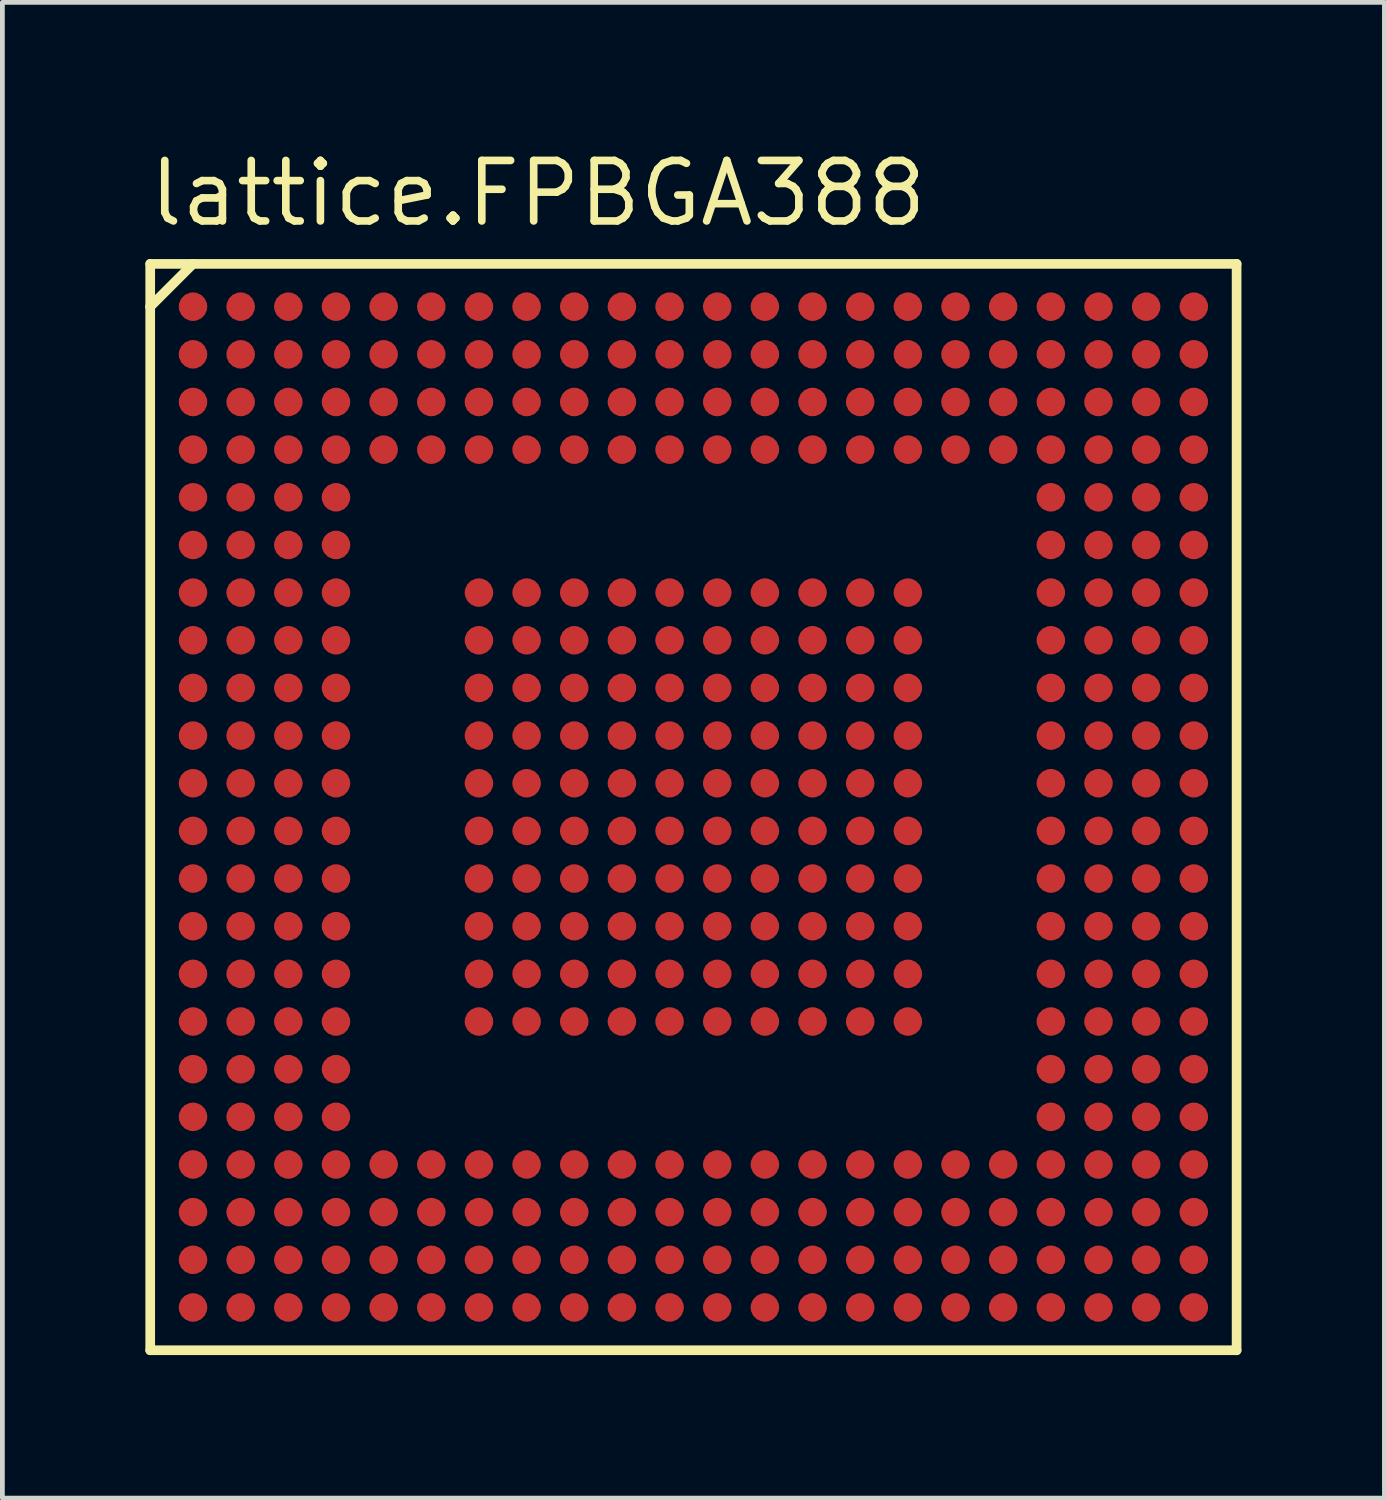
<source format=kicad_pcb>
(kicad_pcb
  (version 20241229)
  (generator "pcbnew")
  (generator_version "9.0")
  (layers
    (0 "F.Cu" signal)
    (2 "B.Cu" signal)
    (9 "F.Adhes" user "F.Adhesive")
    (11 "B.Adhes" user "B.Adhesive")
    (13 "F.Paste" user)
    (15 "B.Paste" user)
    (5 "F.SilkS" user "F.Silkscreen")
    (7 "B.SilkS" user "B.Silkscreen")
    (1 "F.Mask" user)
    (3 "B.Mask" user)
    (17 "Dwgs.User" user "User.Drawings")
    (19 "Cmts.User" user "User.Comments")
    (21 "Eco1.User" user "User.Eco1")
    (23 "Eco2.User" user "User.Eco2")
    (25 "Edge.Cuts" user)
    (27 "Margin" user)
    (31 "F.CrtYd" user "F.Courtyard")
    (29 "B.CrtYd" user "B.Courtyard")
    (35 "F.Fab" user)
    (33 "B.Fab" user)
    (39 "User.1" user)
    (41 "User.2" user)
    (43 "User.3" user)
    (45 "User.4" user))
  (footprint "lattice.FPBGA388"
    (layer "F.Cu")
    (at 11.5 13.885)
    (property "Reference" "lattice.FPBGA388" (at -11.5 -12.135 0) (layer "F.SilkS") (effects (font (size 1.27 1.27) (thickness 0.16)) (justify left bottom)))
    (attr smd)
    (fp_circle (center -10.5 -10.5) (end -10.2 -10.5) (stroke (width 0.1) (type default)) (fill no) (layer "F.Mask"))
    (fp_circle (center -10.5 -9.5) (end -10.2 -9.5) (stroke (width 0.1) (type default)) (fill no) (layer "F.Mask"))
    (fp_circle (center -10.5 -8.5) (end -10.2 -8.5) (stroke (width 0.1) (type default)) (fill no) (layer "F.Mask"))
    (fp_circle (center -10.5 -7.5) (end -10.2 -7.5) (stroke (width 0.1) (type default)) (fill no) (layer "F.Mask"))
    (fp_circle (center -10.5 -6.5) (end -10.2 -6.5) (stroke (width 0.1) (type default)) (fill no) (layer "F.Mask"))
    (fp_circle (center -10.5 -5.5) (end -10.2 -5.5) (stroke (width 0.1) (type default)) (fill no) (layer "F.Mask"))
    (fp_circle (center -10.5 -4.5) (end -10.2 -4.5) (stroke (width 0.1) (type default)) (fill no) (layer "F.Mask"))
    (fp_circle (center -10.5 -3.5) (end -10.2 -3.5) (stroke (width 0.1) (type default)) (fill no) (layer "F.Mask"))
    (fp_circle (center -10.5 -2.5) (end -10.2 -2.5) (stroke (width 0.1) (type default)) (fill no) (layer "F.Mask"))
    (fp_circle (center -10.5 -1.5) (end -10.2 -1.5) (stroke (width 0.1) (type default)) (fill no) (layer "F.Mask"))
    (fp_circle (center -10.5 -0.5) (end -10.2 -0.5) (stroke (width 0.1) (type default)) (fill no) (layer "F.Mask"))
    (fp_circle (center -10.5 0.5) (end -10.2 0.5) (stroke (width 0.1) (type default)) (fill no) (layer "F.Mask"))
    (fp_circle (center -10.5 1.5) (end -10.2 1.5) (stroke (width 0.1) (type default)) (fill no) (layer "F.Mask"))
    (fp_circle (center -10.5 2.5) (end -10.2 2.5) (stroke (width 0.1) (type default)) (fill no) (layer "F.Mask"))
    (fp_circle (center -10.5 3.5) (end -10.2 3.5) (stroke (width 0.1) (type default)) (fill no) (layer "F.Mask"))
    (fp_circle (center -10.5 4.5) (end -10.2 4.5) (stroke (width 0.1) (type default)) (fill no) (layer "F.Mask"))
    (fp_circle (center -10.5 5.5) (end -10.2 5.5) (stroke (width 0.1) (type default)) (fill no) (layer "F.Mask"))
    (fp_circle (center -10.5 6.5) (end -10.2 6.5) (stroke (width 0.1) (type default)) (fill no) (layer "F.Mask"))
    (fp_circle (center -10.5 7.5) (end -10.2 7.5) (stroke (width 0.1) (type default)) (fill no) (layer "F.Mask"))
    (fp_circle (center -10.5 8.5) (end -10.2 8.5) (stroke (width 0.1) (type default)) (fill no) (layer "F.Mask"))
    (fp_circle (center -10.5 9.5) (end -10.2 9.5) (stroke (width 0.1) (type default)) (fill no) (layer "F.Mask"))
    (fp_circle (center -10.5 10.5) (end -10.2 10.5) (stroke (width 0.1) (type default)) (fill no) (layer "F.Mask"))
    (fp_circle (center -9.5 -10.5) (end -9.2 -10.5) (stroke (width 0.1) (type default)) (fill no) (layer "F.Mask"))
    (fp_circle (center -9.5 -9.5) (end -9.2 -9.5) (stroke (width 0.1) (type default)) (fill no) (layer "F.Mask"))
    (fp_circle (center -9.5 -8.5) (end -9.2 -8.5) (stroke (width 0.1) (type default)) (fill no) (layer "F.Mask"))
    (fp_circle (center -9.5 -7.5) (end -9.2 -7.5) (stroke (width 0.1) (type default)) (fill no) (layer "F.Mask"))
    (fp_circle (center -9.5 -6.5) (end -9.2 -6.5) (stroke (width 0.1) (type default)) (fill no) (layer "F.Mask"))
    (fp_circle (center -9.5 -5.5) (end -9.2 -5.5) (stroke (width 0.1) (type default)) (fill no) (layer "F.Mask"))
    (fp_circle (center -9.5 -4.5) (end -9.2 -4.5) (stroke (width 0.1) (type default)) (fill no) (layer "F.Mask"))
    (fp_circle (center -9.5 -3.5) (end -9.2 -3.5) (stroke (width 0.1) (type default)) (fill no) (layer "F.Mask"))
    (fp_circle (center -9.5 -2.5) (end -9.2 -2.5) (stroke (width 0.1) (type default)) (fill no) (layer "F.Mask"))
    (fp_circle (center -9.5 -1.5) (end -9.2 -1.5) (stroke (width 0.1) (type default)) (fill no) (layer "F.Mask"))
    (fp_circle (center -9.5 -0.5) (end -9.2 -0.5) (stroke (width 0.1) (type default)) (fill no) (layer "F.Mask"))
    (fp_circle (center -9.5 0.5) (end -9.2 0.5) (stroke (width 0.1) (type default)) (fill no) (layer "F.Mask"))
    (fp_circle (center -9.5 1.5) (end -9.2 1.5) (stroke (width 0.1) (type default)) (fill no) (layer "F.Mask"))
    (fp_circle (center -9.5 2.5) (end -9.2 2.5) (stroke (width 0.1) (type default)) (fill no) (layer "F.Mask"))
    (fp_circle (center -9.5 3.5) (end -9.2 3.5) (stroke (width 0.1) (type default)) (fill no) (layer "F.Mask"))
    (fp_circle (center -9.5 4.5) (end -9.2 4.5) (stroke (width 0.1) (type default)) (fill no) (layer "F.Mask"))
    (fp_circle (center -9.5 5.5) (end -9.2 5.5) (stroke (width 0.1) (type default)) (fill no) (layer "F.Mask"))
    (fp_circle (center -9.5 6.5) (end -9.2 6.5) (stroke (width 0.1) (type default)) (fill no) (layer "F.Mask"))
    (fp_circle (center -9.5 7.5) (end -9.2 7.5) (stroke (width 0.1) (type default)) (fill no) (layer "F.Mask"))
    (fp_circle (center -9.5 8.5) (end -9.2 8.5) (stroke (width 0.1) (type default)) (fill no) (layer "F.Mask"))
    (fp_circle (center -9.5 9.5) (end -9.2 9.5) (stroke (width 0.1) (type default)) (fill no) (layer "F.Mask"))
    (fp_circle (center -9.5 10.5) (end -9.2 10.5) (stroke (width 0.1) (type default)) (fill no) (layer "F.Mask"))
    (fp_circle (center -8.5 -10.5) (end -8.2 -10.5) (stroke (width 0.1) (type default)) (fill no) (layer "F.Mask"))
    (fp_circle (center -8.5 -9.5) (end -8.2 -9.5) (stroke (width 0.1) (type default)) (fill no) (layer "F.Mask"))
    (fp_circle (center -8.5 -8.5) (end -8.2 -8.5) (stroke (width 0.1) (type default)) (fill no) (layer "F.Mask"))
    (fp_circle (center -8.5 -7.5) (end -8.2 -7.5) (stroke (width 0.1) (type default)) (fill no) (layer "F.Mask"))
    (fp_circle (center -8.5 -6.5) (end -8.2 -6.5) (stroke (width 0.1) (type default)) (fill no) (layer "F.Mask"))
    (fp_circle (center -8.5 -5.5) (end -8.2 -5.5) (stroke (width 0.1) (type default)) (fill no) (layer "F.Mask"))
    (fp_circle (center -8.5 -4.5) (end -8.2 -4.5) (stroke (width 0.1) (type default)) (fill no) (layer "F.Mask"))
    (fp_circle (center -8.5 -3.5) (end -8.2 -3.5) (stroke (width 0.1) (type default)) (fill no) (layer "F.Mask"))
    (fp_circle (center -8.5 -2.5) (end -8.2 -2.5) (stroke (width 0.1) (type default)) (fill no) (layer "F.Mask"))
    (fp_circle (center -8.5 -1.5) (end -8.2 -1.5) (stroke (width 0.1) (type default)) (fill no) (layer "F.Mask"))
    (fp_circle (center -8.5 -0.5) (end -8.2 -0.5) (stroke (width 0.1) (type default)) (fill no) (layer "F.Mask"))
    (fp_circle (center -8.5 0.5) (end -8.2 0.5) (stroke (width 0.1) (type default)) (fill no) (layer "F.Mask"))
    (fp_circle (center -8.5 1.5) (end -8.2 1.5) (stroke (width 0.1) (type default)) (fill no) (layer "F.Mask"))
    (fp_circle (center -8.5 2.5) (end -8.2 2.5) (stroke (width 0.1) (type default)) (fill no) (layer "F.Mask"))
    (fp_circle (center -8.5 3.5) (end -8.2 3.5) (stroke (width 0.1) (type default)) (fill no) (layer "F.Mask"))
    (fp_circle (center -8.5 4.5) (end -8.2 4.5) (stroke (width 0.1) (type default)) (fill no) (layer "F.Mask"))
    (fp_circle (center -8.5 5.5) (end -8.2 5.5) (stroke (width 0.1) (type default)) (fill no) (layer "F.Mask"))
    (fp_circle (center -8.5 6.5) (end -8.2 6.5) (stroke (width 0.1) (type default)) (fill no) (layer "F.Mask"))
    (fp_circle (center -8.5 7.5) (end -8.2 7.5) (stroke (width 0.1) (type default)) (fill no) (layer "F.Mask"))
    (fp_circle (center -8.5 8.5) (end -8.2 8.5) (stroke (width 0.1) (type default)) (fill no) (layer "F.Mask"))
    (fp_circle (center -8.5 9.5) (end -8.2 9.5) (stroke (width 0.1) (type default)) (fill no) (layer "F.Mask"))
    (fp_circle (center -8.5 10.5) (end -8.2 10.5) (stroke (width 0.1) (type default)) (fill no) (layer "F.Mask"))
    (fp_circle (center -7.5 -10.5) (end -7.2 -10.5) (stroke (width 0.1) (type default)) (fill no) (layer "F.Mask"))
    (fp_circle (center -7.5 -9.5) (end -7.2 -9.5) (stroke (width 0.1) (type default)) (fill no) (layer "F.Mask"))
    (fp_circle (center -7.5 -8.5) (end -7.2 -8.5) (stroke (width 0.1) (type default)) (fill no) (layer "F.Mask"))
    (fp_circle (center -7.5 -7.5) (end -7.2 -7.5) (stroke (width 0.1) (type default)) (fill no) (layer "F.Mask"))
    (fp_circle (center -7.5 -6.5) (end -7.2 -6.5) (stroke (width 0.1) (type default)) (fill no) (layer "F.Mask"))
    (fp_circle (center -7.5 -5.5) (end -7.2 -5.5) (stroke (width 0.1) (type default)) (fill no) (layer "F.Mask"))
    (fp_circle (center -7.5 -4.5) (end -7.2 -4.5) (stroke (width 0.1) (type default)) (fill no) (layer "F.Mask"))
    (fp_circle (center -7.5 -3.5) (end -7.2 -3.5) (stroke (width 0.1) (type default)) (fill no) (layer "F.Mask"))
    (fp_circle (center -7.5 -2.5) (end -7.2 -2.5) (stroke (width 0.1) (type default)) (fill no) (layer "F.Mask"))
    (fp_circle (center -7.5 -1.5) (end -7.2 -1.5) (stroke (width 0.1) (type default)) (fill no) (layer "F.Mask"))
    (fp_circle (center -7.5 -0.5) (end -7.2 -0.5) (stroke (width 0.1) (type default)) (fill no) (layer "F.Mask"))
    (fp_circle (center -7.5 0.5) (end -7.2 0.5) (stroke (width 0.1) (type default)) (fill no) (layer "F.Mask"))
    (fp_circle (center -7.5 1.5) (end -7.2 1.5) (stroke (width 0.1) (type default)) (fill no) (layer "F.Mask"))
    (fp_circle (center -7.5 2.5) (end -7.2 2.5) (stroke (width 0.1) (type default)) (fill no) (layer "F.Mask"))
    (fp_circle (center -7.5 3.5) (end -7.2 3.5) (stroke (width 0.1) (type default)) (fill no) (layer "F.Mask"))
    (fp_circle (center -7.5 4.5) (end -7.2 4.5) (stroke (width 0.1) (type default)) (fill no) (layer "F.Mask"))
    (fp_circle (center -7.5 5.5) (end -7.2 5.5) (stroke (width 0.1) (type default)) (fill no) (layer "F.Mask"))
    (fp_circle (center -7.5 6.5) (end -7.2 6.5) (stroke (width 0.1) (type default)) (fill no) (layer "F.Mask"))
    (fp_circle (center -7.5 7.5) (end -7.2 7.5) (stroke (width 0.1) (type default)) (fill no) (layer "F.Mask"))
    (fp_circle (center -7.5 8.5) (end -7.2 8.5) (stroke (width 0.1) (type default)) (fill no) (layer "F.Mask"))
    (fp_circle (center -7.5 9.5) (end -7.2 9.5) (stroke (width 0.1) (type default)) (fill no) (layer "F.Mask"))
    (fp_circle (center -7.5 10.5) (end -7.2 10.5) (stroke (width 0.1) (type default)) (fill no) (layer "F.Mask"))
    (fp_circle (center -6.5 -10.5) (end -6.2 -10.5) (stroke (width 0.1) (type default)) (fill no) (layer "F.Mask"))
    (fp_circle (center -6.5 -9.5) (end -6.2 -9.5) (stroke (width 0.1) (type default)) (fill no) (layer "F.Mask"))
    (fp_circle (center -6.5 -8.5) (end -6.2 -8.5) (stroke (width 0.1) (type default)) (fill no) (layer "F.Mask"))
    (fp_circle (center -6.5 -7.5) (end -6.2 -7.5) (stroke (width 0.1) (type default)) (fill no) (layer "F.Mask"))
    (fp_circle (center -6.5 7.5) (end -6.2 7.5) (stroke (width 0.1) (type default)) (fill no) (layer "F.Mask"))
    (fp_circle (center -6.5 8.5) (end -6.2 8.5) (stroke (width 0.1) (type default)) (fill no) (layer "F.Mask"))
    (fp_circle (center -6.5 9.5) (end -6.2 9.5) (stroke (width 0.1) (type default)) (fill no) (layer "F.Mask"))
    (fp_circle (center -6.5 10.5) (end -6.2 10.5) (stroke (width 0.1) (type default)) (fill no) (layer "F.Mask"))
    (fp_circle (center -5.5 -10.5) (end -5.2 -10.5) (stroke (width 0.1) (type default)) (fill no) (layer "F.Mask"))
    (fp_circle (center -5.5 -9.5) (end -5.2 -9.5) (stroke (width 0.1) (type default)) (fill no) (layer "F.Mask"))
    (fp_circle (center -5.5 -8.5) (end -5.2 -8.5) (stroke (width 0.1) (type default)) (fill no) (layer "F.Mask"))
    (fp_circle (center -5.5 -7.5) (end -5.2 -7.5) (stroke (width 0.1) (type default)) (fill no) (layer "F.Mask"))
    (fp_circle (center -5.5 7.5) (end -5.2 7.5) (stroke (width 0.1) (type default)) (fill no) (layer "F.Mask"))
    (fp_circle (center -5.5 8.5) (end -5.2 8.5) (stroke (width 0.1) (type default)) (fill no) (layer "F.Mask"))
    (fp_circle (center -5.5 9.5) (end -5.2 9.5) (stroke (width 0.1) (type default)) (fill no) (layer "F.Mask"))
    (fp_circle (center -5.5 10.5) (end -5.2 10.5) (stroke (width 0.1) (type default)) (fill no) (layer "F.Mask"))
    (fp_circle (center -4.5 -10.5) (end -4.2 -10.5) (stroke (width 0.1) (type default)) (fill no) (layer "F.Mask"))
    (fp_circle (center -4.5 -9.5) (end -4.2 -9.5) (stroke (width 0.1) (type default)) (fill no) (layer "F.Mask"))
    (fp_circle (center -4.5 -8.5) (end -4.2 -8.5) (stroke (width 0.1) (type default)) (fill no) (layer "F.Mask"))
    (fp_circle (center -4.5 -7.5) (end -4.2 -7.5) (stroke (width 0.1) (type default)) (fill no) (layer "F.Mask"))
    (fp_circle (center -4.5 -4.5) (end -4.2 -4.5) (stroke (width 0.1) (type default)) (fill no) (layer "F.Mask"))
    (fp_circle (center -4.5 -3.5) (end -4.2 -3.5) (stroke (width 0.1) (type default)) (fill no) (layer "F.Mask"))
    (fp_circle (center -4.5 -2.5) (end -4.2 -2.5) (stroke (width 0.1) (type default)) (fill no) (layer "F.Mask"))
    (fp_circle (center -4.5 -1.5) (end -4.2 -1.5) (stroke (width 0.1) (type default)) (fill no) (layer "F.Mask"))
    (fp_circle (center -4.5 -0.5) (end -4.2 -0.5) (stroke (width 0.1) (type default)) (fill no) (layer "F.Mask"))
    (fp_circle (center -4.5 0.5) (end -4.2 0.5) (stroke (width 0.1) (type default)) (fill no) (layer "F.Mask"))
    (fp_circle (center -4.5 1.5) (end -4.2 1.5) (stroke (width 0.1) (type default)) (fill no) (layer "F.Mask"))
    (fp_circle (center -4.5 2.5) (end -4.2 2.5) (stroke (width 0.1) (type default)) (fill no) (layer "F.Mask"))
    (fp_circle (center -4.5 3.5) (end -4.2 3.5) (stroke (width 0.1) (type default)) (fill no) (layer "F.Mask"))
    (fp_circle (center -4.5 4.5) (end -4.2 4.5) (stroke (width 0.1) (type default)) (fill no) (layer "F.Mask"))
    (fp_circle (center -4.5 7.5) (end -4.2 7.5) (stroke (width 0.1) (type default)) (fill no) (layer "F.Mask"))
    (fp_circle (center -4.5 8.5) (end -4.2 8.5) (stroke (width 0.1) (type default)) (fill no) (layer "F.Mask"))
    (fp_circle (center -4.5 9.5) (end -4.2 9.5) (stroke (width 0.1) (type default)) (fill no) (layer "F.Mask"))
    (fp_circle (center -4.5 10.5) (end -4.2 10.5) (stroke (width 0.1) (type default)) (fill no) (layer "F.Mask"))
    (fp_circle (center -3.5 -10.5) (end -3.2 -10.5) (stroke (width 0.1) (type default)) (fill no) (layer "F.Mask"))
    (fp_circle (center -3.5 -9.5) (end -3.2 -9.5) (stroke (width 0.1) (type default)) (fill no) (layer "F.Mask"))
    (fp_circle (center -3.5 -8.5) (end -3.2 -8.5) (stroke (width 0.1) (type default)) (fill no) (layer "F.Mask"))
    (fp_circle (center -3.5 -7.5) (end -3.2 -7.5) (stroke (width 0.1) (type default)) (fill no) (layer "F.Mask"))
    (fp_circle (center -3.5 -4.5) (end -3.2 -4.5) (stroke (width 0.1) (type default)) (fill no) (layer "F.Mask"))
    (fp_circle (center -3.5 -3.5) (end -3.2 -3.5) (stroke (width 0.1) (type default)) (fill no) (layer "F.Mask"))
    (fp_circle (center -3.5 -2.5) (end -3.2 -2.5) (stroke (width 0.1) (type default)) (fill no) (layer "F.Mask"))
    (fp_circle (center -3.5 -1.5) (end -3.2 -1.5) (stroke (width 0.1) (type default)) (fill no) (layer "F.Mask"))
    (fp_circle (center -3.5 -0.5) (end -3.2 -0.5) (stroke (width 0.1) (type default)) (fill no) (layer "F.Mask"))
    (fp_circle (center -3.5 0.5) (end -3.2 0.5) (stroke (width 0.1) (type default)) (fill no) (layer "F.Mask"))
    (fp_circle (center -3.5 1.5) (end -3.2 1.5) (stroke (width 0.1) (type default)) (fill no) (layer "F.Mask"))
    (fp_circle (center -3.5 2.5) (end -3.2 2.5) (stroke (width 0.1) (type default)) (fill no) (layer "F.Mask"))
    (fp_circle (center -3.5 3.5) (end -3.2 3.5) (stroke (width 0.1) (type default)) (fill no) (layer "F.Mask"))
    (fp_circle (center -3.5 4.5) (end -3.2 4.5) (stroke (width 0.1) (type default)) (fill no) (layer "F.Mask"))
    (fp_circle (center -3.5 7.5) (end -3.2 7.5) (stroke (width 0.1) (type default)) (fill no) (layer "F.Mask"))
    (fp_circle (center -3.5 8.5) (end -3.2 8.5) (stroke (width 0.1) (type default)) (fill no) (layer "F.Mask"))
    (fp_circle (center -3.5 9.5) (end -3.2 9.5) (stroke (width 0.1) (type default)) (fill no) (layer "F.Mask"))
    (fp_circle (center -3.5 10.5) (end -3.2 10.5) (stroke (width 0.1) (type default)) (fill no) (layer "F.Mask"))
    (fp_circle (center -2.5 -10.5) (end -2.2 -10.5) (stroke (width 0.1) (type default)) (fill no) (layer "F.Mask"))
    (fp_circle (center -2.5 -9.5) (end -2.2 -9.5) (stroke (width 0.1) (type default)) (fill no) (layer "F.Mask"))
    (fp_circle (center -2.5 -8.5) (end -2.2 -8.5) (stroke (width 0.1) (type default)) (fill no) (layer "F.Mask"))
    (fp_circle (center -2.5 -7.5) (end -2.2 -7.5) (stroke (width 0.1) (type default)) (fill no) (layer "F.Mask"))
    (fp_circle (center -2.5 -4.5) (end -2.2 -4.5) (stroke (width 0.1) (type default)) (fill no) (layer "F.Mask"))
    (fp_circle (center -2.5 -3.5) (end -2.2 -3.5) (stroke (width 0.1) (type default)) (fill no) (layer "F.Mask"))
    (fp_circle (center -2.5 -2.5) (end -2.2 -2.5) (stroke (width 0.1) (type default)) (fill no) (layer "F.Mask"))
    (fp_circle (center -2.5 -1.5) (end -2.2 -1.5) (stroke (width 0.1) (type default)) (fill no) (layer "F.Mask"))
    (fp_circle (center -2.5 -0.5) (end -2.2 -0.5) (stroke (width 0.1) (type default)) (fill no) (layer "F.Mask"))
    (fp_circle (center -2.5 0.5) (end -2.2 0.5) (stroke (width 0.1) (type default)) (fill no) (layer "F.Mask"))
    (fp_circle (center -2.5 1.5) (end -2.2 1.5) (stroke (width 0.1) (type default)) (fill no) (layer "F.Mask"))
    (fp_circle (center -2.5 2.5) (end -2.2 2.5) (stroke (width 0.1) (type default)) (fill no) (layer "F.Mask"))
    (fp_circle (center -2.5 3.5) (end -2.2 3.5) (stroke (width 0.1) (type default)) (fill no) (layer "F.Mask"))
    (fp_circle (center -2.5 4.5) (end -2.2 4.5) (stroke (width 0.1) (type default)) (fill no) (layer "F.Mask"))
    (fp_circle (center -2.5 7.5) (end -2.2 7.5) (stroke (width 0.1) (type default)) (fill no) (layer "F.Mask"))
    (fp_circle (center -2.5 8.5) (end -2.2 8.5) (stroke (width 0.1) (type default)) (fill no) (layer "F.Mask"))
    (fp_circle (center -2.5 9.5) (end -2.2 9.5) (stroke (width 0.1) (type default)) (fill no) (layer "F.Mask"))
    (fp_circle (center -2.5 10.5) (end -2.2 10.5) (stroke (width 0.1) (type default)) (fill no) (layer "F.Mask"))
    (fp_circle (center -1.5 -10.5) (end -1.2 -10.5) (stroke (width 0.1) (type default)) (fill no) (layer "F.Mask"))
    (fp_circle (center -1.5 -9.5) (end -1.2 -9.5) (stroke (width 0.1) (type default)) (fill no) (layer "F.Mask"))
    (fp_circle (center -1.5 -8.5) (end -1.2 -8.5) (stroke (width 0.1) (type default)) (fill no) (layer "F.Mask"))
    (fp_circle (center -1.5 -7.5) (end -1.2 -7.5) (stroke (width 0.1) (type default)) (fill no) (layer "F.Mask"))
    (fp_circle (center -1.5 -4.5) (end -1.2 -4.5) (stroke (width 0.1) (type default)) (fill no) (layer "F.Mask"))
    (fp_circle (center -1.5 -3.5) (end -1.2 -3.5) (stroke (width 0.1) (type default)) (fill no) (layer "F.Mask"))
    (fp_circle (center -1.5 -2.5) (end -1.2 -2.5) (stroke (width 0.1) (type default)) (fill no) (layer "F.Mask"))
    (fp_circle (center -1.5 -1.5) (end -1.2 -1.5) (stroke (width 0.1) (type default)) (fill no) (layer "F.Mask"))
    (fp_circle (center -1.5 -0.5) (end -1.2 -0.5) (stroke (width 0.1) (type default)) (fill no) (layer "F.Mask"))
    (fp_circle (center -1.5 0.5) (end -1.2 0.5) (stroke (width 0.1) (type default)) (fill no) (layer "F.Mask"))
    (fp_circle (center -1.5 1.5) (end -1.2 1.5) (stroke (width 0.1) (type default)) (fill no) (layer "F.Mask"))
    (fp_circle (center -1.5 2.5) (end -1.2 2.5) (stroke (width 0.1) (type default)) (fill no) (layer "F.Mask"))
    (fp_circle (center -1.5 3.5) (end -1.2 3.5) (stroke (width 0.1) (type default)) (fill no) (layer "F.Mask"))
    (fp_circle (center -1.5 4.5) (end -1.2 4.5) (stroke (width 0.1) (type default)) (fill no) (layer "F.Mask"))
    (fp_circle (center -1.5 7.5) (end -1.2 7.5) (stroke (width 0.1) (type default)) (fill no) (layer "F.Mask"))
    (fp_circle (center -1.5 8.5) (end -1.2 8.5) (stroke (width 0.1) (type default)) (fill no) (layer "F.Mask"))
    (fp_circle (center -1.5 9.5) (end -1.2 9.5) (stroke (width 0.1) (type default)) (fill no) (layer "F.Mask"))
    (fp_circle (center -1.5 10.5) (end -1.2 10.5) (stroke (width 0.1) (type default)) (fill no) (layer "F.Mask"))
    (fp_circle (center -0.5 -10.5) (end -0.2 -10.5) (stroke (width 0.1) (type default)) (fill no) (layer "F.Mask"))
    (fp_circle (center -0.5 -9.5) (end -0.2 -9.5) (stroke (width 0.1) (type default)) (fill no) (layer "F.Mask"))
    (fp_circle (center -0.5 -8.5) (end -0.2 -8.5) (stroke (width 0.1) (type default)) (fill no) (layer "F.Mask"))
    (fp_circle (center -0.5 -7.5) (end -0.2 -7.5) (stroke (width 0.1) (type default)) (fill no) (layer "F.Mask"))
    (fp_circle (center -0.5 -4.5) (end -0.2 -4.5) (stroke (width 0.1) (type default)) (fill no) (layer "F.Mask"))
    (fp_circle (center -0.5 -3.5) (end -0.2 -3.5) (stroke (width 0.1) (type default)) (fill no) (layer "F.Mask"))
    (fp_circle (center -0.5 -2.5) (end -0.2 -2.5) (stroke (width 0.1) (type default)) (fill no) (layer "F.Mask"))
    (fp_circle (center -0.5 -1.5) (end -0.2 -1.5) (stroke (width 0.1) (type default)) (fill no) (layer "F.Mask"))
    (fp_circle (center -0.5 -0.5) (end -0.2 -0.5) (stroke (width 0.1) (type default)) (fill no) (layer "F.Mask"))
    (fp_circle (center -0.5 0.5) (end -0.2 0.5) (stroke (width 0.1) (type default)) (fill no) (layer "F.Mask"))
    (fp_circle (center -0.5 1.5) (end -0.2 1.5) (stroke (width 0.1) (type default)) (fill no) (layer "F.Mask"))
    (fp_circle (center -0.5 2.5) (end -0.2 2.5) (stroke (width 0.1) (type default)) (fill no) (layer "F.Mask"))
    (fp_circle (center -0.5 3.5) (end -0.2 3.5) (stroke (width 0.1) (type default)) (fill no) (layer "F.Mask"))
    (fp_circle (center -0.5 4.5) (end -0.2 4.5) (stroke (width 0.1) (type default)) (fill no) (layer "F.Mask"))
    (fp_circle (center -0.5 7.5) (end -0.2 7.5) (stroke (width 0.1) (type default)) (fill no) (layer "F.Mask"))
    (fp_circle (center -0.5 8.5) (end -0.2 8.5) (stroke (width 0.1) (type default)) (fill no) (layer "F.Mask"))
    (fp_circle (center -0.5 9.5) (end -0.2 9.5) (stroke (width 0.1) (type default)) (fill no) (layer "F.Mask"))
    (fp_circle (center -0.5 10.5) (end -0.2 10.5) (stroke (width 0.1) (type default)) (fill no) (layer "F.Mask"))
    (fp_circle (center 0.5 -10.5) (end 0.8 -10.5) (stroke (width 0.1) (type default)) (fill no) (layer "F.Mask"))
    (fp_circle (center 0.5 -9.5) (end 0.8 -9.5) (stroke (width 0.1) (type default)) (fill no) (layer "F.Mask"))
    (fp_circle (center 0.5 -8.5) (end 0.8 -8.5) (stroke (width 0.1) (type default)) (fill no) (layer "F.Mask"))
    (fp_circle (center 0.5 -7.5) (end 0.8 -7.5) (stroke (width 0.1) (type default)) (fill no) (layer "F.Mask"))
    (fp_circle (center 0.5 -4.5) (end 0.8 -4.5) (stroke (width 0.1) (type default)) (fill no) (layer "F.Mask"))
    (fp_circle (center 0.5 -3.5) (end 0.8 -3.5) (stroke (width 0.1) (type default)) (fill no) (layer "F.Mask"))
    (fp_circle (center 0.5 -2.5) (end 0.8 -2.5) (stroke (width 0.1) (type default)) (fill no) (layer "F.Mask"))
    (fp_circle (center 0.5 -1.5) (end 0.8 -1.5) (stroke (width 0.1) (type default)) (fill no) (layer "F.Mask"))
    (fp_circle (center 0.5 -0.5) (end 0.8 -0.5) (stroke (width 0.1) (type default)) (fill no) (layer "F.Mask"))
    (fp_circle (center 0.5 0.5) (end 0.8 0.5) (stroke (width 0.1) (type default)) (fill no) (layer "F.Mask"))
    (fp_circle (center 0.5 1.5) (end 0.8 1.5) (stroke (width 0.1) (type default)) (fill no) (layer "F.Mask"))
    (fp_circle (center 0.5 2.5) (end 0.8 2.5) (stroke (width 0.1) (type default)) (fill no) (layer "F.Mask"))
    (fp_circle (center 0.5 3.5) (end 0.8 3.5) (stroke (width 0.1) (type default)) (fill no) (layer "F.Mask"))
    (fp_circle (center 0.5 4.5) (end 0.8 4.5) (stroke (width 0.1) (type default)) (fill no) (layer "F.Mask"))
    (fp_circle (center 0.5 7.5) (end 0.8 7.5) (stroke (width 0.1) (type default)) (fill no) (layer "F.Mask"))
    (fp_circle (center 0.5 8.5) (end 0.8 8.5) (stroke (width 0.1) (type default)) (fill no) (layer "F.Mask"))
    (fp_circle (center 0.5 9.5) (end 0.8 9.5) (stroke (width 0.1) (type default)) (fill no) (layer "F.Mask"))
    (fp_circle (center 0.5 10.5) (end 0.8 10.5) (stroke (width 0.1) (type default)) (fill no) (layer "F.Mask"))
    (fp_circle (center 1.5 -10.5) (end 1.8 -10.5) (stroke (width 0.1) (type default)) (fill no) (layer "F.Mask"))
    (fp_circle (center 1.5 -9.5) (end 1.8 -9.5) (stroke (width 0.1) (type default)) (fill no) (layer "F.Mask"))
    (fp_circle (center 1.5 -8.5) (end 1.8 -8.5) (stroke (width 0.1) (type default)) (fill no) (layer "F.Mask"))
    (fp_circle (center 1.5 -7.5) (end 1.8 -7.5) (stroke (width 0.1) (type default)) (fill no) (layer "F.Mask"))
    (fp_circle (center 1.5 -4.5) (end 1.8 -4.5) (stroke (width 0.1) (type default)) (fill no) (layer "F.Mask"))
    (fp_circle (center 1.5 -3.5) (end 1.8 -3.5) (stroke (width 0.1) (type default)) (fill no) (layer "F.Mask"))
    (fp_circle (center 1.5 -2.5) (end 1.8 -2.5) (stroke (width 0.1) (type default)) (fill no) (layer "F.Mask"))
    (fp_circle (center 1.5 -1.5) (end 1.8 -1.5) (stroke (width 0.1) (type default)) (fill no) (layer "F.Mask"))
    (fp_circle (center 1.5 -0.5) (end 1.8 -0.5) (stroke (width 0.1) (type default)) (fill no) (layer "F.Mask"))
    (fp_circle (center 1.5 0.5) (end 1.8 0.5) (stroke (width 0.1) (type default)) (fill no) (layer "F.Mask"))
    (fp_circle (center 1.5 1.5) (end 1.8 1.5) (stroke (width 0.1) (type default)) (fill no) (layer "F.Mask"))
    (fp_circle (center 1.5 2.5) (end 1.8 2.5) (stroke (width 0.1) (type default)) (fill no) (layer "F.Mask"))
    (fp_circle (center 1.5 3.5) (end 1.8 3.5) (stroke (width 0.1) (type default)) (fill no) (layer "F.Mask"))
    (fp_circle (center 1.5 4.5) (end 1.8 4.5) (stroke (width 0.1) (type default)) (fill no) (layer "F.Mask"))
    (fp_circle (center 1.5 7.5) (end 1.8 7.5) (stroke (width 0.1) (type default)) (fill no) (layer "F.Mask"))
    (fp_circle (center 1.5 8.5) (end 1.8 8.5) (stroke (width 0.1) (type default)) (fill no) (layer "F.Mask"))
    (fp_circle (center 1.5 9.5) (end 1.8 9.5) (stroke (width 0.1) (type default)) (fill no) (layer "F.Mask"))
    (fp_circle (center 1.5 10.5) (end 1.8 10.5) (stroke (width 0.1) (type default)) (fill no) (layer "F.Mask"))
    (fp_circle (center 2.5 -10.5) (end 2.8 -10.5) (stroke (width 0.1) (type default)) (fill no) (layer "F.Mask"))
    (fp_circle (center 2.5 -9.5) (end 2.8 -9.5) (stroke (width 0.1) (type default)) (fill no) (layer "F.Mask"))
    (fp_circle (center 2.5 -8.5) (end 2.8 -8.5) (stroke (width 0.1) (type default)) (fill no) (layer "F.Mask"))
    (fp_circle (center 2.5 -7.5) (end 2.8 -7.5) (stroke (width 0.1) (type default)) (fill no) (layer "F.Mask"))
    (fp_circle (center 2.5 -4.5) (end 2.8 -4.5) (stroke (width 0.1) (type default)) (fill no) (layer "F.Mask"))
    (fp_circle (center 2.5 -3.5) (end 2.8 -3.5) (stroke (width 0.1) (type default)) (fill no) (layer "F.Mask"))
    (fp_circle (center 2.5 -2.5) (end 2.8 -2.5) (stroke (width 0.1) (type default)) (fill no) (layer "F.Mask"))
    (fp_circle (center 2.5 -1.5) (end 2.8 -1.5) (stroke (width 0.1) (type default)) (fill no) (layer "F.Mask"))
    (fp_circle (center 2.5 -0.5) (end 2.8 -0.5) (stroke (width 0.1) (type default)) (fill no) (layer "F.Mask"))
    (fp_circle (center 2.5 0.5) (end 2.8 0.5) (stroke (width 0.1) (type default)) (fill no) (layer "F.Mask"))
    (fp_circle (center 2.5 1.5) (end 2.8 1.5) (stroke (width 0.1) (type default)) (fill no) (layer "F.Mask"))
    (fp_circle (center 2.5 2.5) (end 2.8 2.5) (stroke (width 0.1) (type default)) (fill no) (layer "F.Mask"))
    (fp_circle (center 2.5 3.5) (end 2.8 3.5) (stroke (width 0.1) (type default)) (fill no) (layer "F.Mask"))
    (fp_circle (center 2.5 4.5) (end 2.8 4.5) (stroke (width 0.1) (type default)) (fill no) (layer "F.Mask"))
    (fp_circle (center 2.5 7.5) (end 2.8 7.5) (stroke (width 0.1) (type default)) (fill no) (layer "F.Mask"))
    (fp_circle (center 2.5 8.5) (end 2.8 8.5) (stroke (width 0.1) (type default)) (fill no) (layer "F.Mask"))
    (fp_circle (center 2.5 9.5) (end 2.8 9.5) (stroke (width 0.1) (type default)) (fill no) (layer "F.Mask"))
    (fp_circle (center 2.5 10.5) (end 2.8 10.5) (stroke (width 0.1) (type default)) (fill no) (layer "F.Mask"))
    (fp_circle (center 3.5 -10.5) (end 3.8 -10.5) (stroke (width 0.1) (type default)) (fill no) (layer "F.Mask"))
    (fp_circle (center 3.5 -9.5) (end 3.8 -9.5) (stroke (width 0.1) (type default)) (fill no) (layer "F.Mask"))
    (fp_circle (center 3.5 -8.5) (end 3.8 -8.5) (stroke (width 0.1) (type default)) (fill no) (layer "F.Mask"))
    (fp_circle (center 3.5 -7.5) (end 3.8 -7.5) (stroke (width 0.1) (type default)) (fill no) (layer "F.Mask"))
    (fp_circle (center 3.5 -4.5) (end 3.8 -4.5) (stroke (width 0.1) (type default)) (fill no) (layer "F.Mask"))
    (fp_circle (center 3.5 -3.5) (end 3.8 -3.5) (stroke (width 0.1) (type default)) (fill no) (layer "F.Mask"))
    (fp_circle (center 3.5 -2.5) (end 3.8 -2.5) (stroke (width 0.1) (type default)) (fill no) (layer "F.Mask"))
    (fp_circle (center 3.5 -1.5) (end 3.8 -1.5) (stroke (width 0.1) (type default)) (fill no) (layer "F.Mask"))
    (fp_circle (center 3.5 -0.5) (end 3.8 -0.5) (stroke (width 0.1) (type default)) (fill no) (layer "F.Mask"))
    (fp_circle (center 3.5 0.5) (end 3.8 0.5) (stroke (width 0.1) (type default)) (fill no) (layer "F.Mask"))
    (fp_circle (center 3.5 1.5) (end 3.8 1.5) (stroke (width 0.1) (type default)) (fill no) (layer "F.Mask"))
    (fp_circle (center 3.5 2.5) (end 3.8 2.5) (stroke (width 0.1) (type default)) (fill no) (layer "F.Mask"))
    (fp_circle (center 3.5 3.5) (end 3.8 3.5) (stroke (width 0.1) (type default)) (fill no) (layer "F.Mask"))
    (fp_circle (center 3.5 4.5) (end 3.8 4.5) (stroke (width 0.1) (type default)) (fill no) (layer "F.Mask"))
    (fp_circle (center 3.5 7.5) (end 3.8 7.5) (stroke (width 0.1) (type default)) (fill no) (layer "F.Mask"))
    (fp_circle (center 3.5 8.5) (end 3.8 8.5) (stroke (width 0.1) (type default)) (fill no) (layer "F.Mask"))
    (fp_circle (center 3.5 9.5) (end 3.8 9.5) (stroke (width 0.1) (type default)) (fill no) (layer "F.Mask"))
    (fp_circle (center 3.5 10.5) (end 3.8 10.5) (stroke (width 0.1) (type default)) (fill no) (layer "F.Mask"))
    (fp_circle (center 4.5 -10.5) (end 4.8 -10.5) (stroke (width 0.1) (type default)) (fill no) (layer "F.Mask"))
    (fp_circle (center 4.5 -9.5) (end 4.8 -9.5) (stroke (width 0.1) (type default)) (fill no) (layer "F.Mask"))
    (fp_circle (center 4.5 -8.5) (end 4.8 -8.5) (stroke (width 0.1) (type default)) (fill no) (layer "F.Mask"))
    (fp_circle (center 4.5 -7.5) (end 4.8 -7.5) (stroke (width 0.1) (type default)) (fill no) (layer "F.Mask"))
    (fp_circle (center 4.5 -4.5) (end 4.8 -4.5) (stroke (width 0.1) (type default)) (fill no) (layer "F.Mask"))
    (fp_circle (center 4.5 -3.5) (end 4.8 -3.5) (stroke (width 0.1) (type default)) (fill no) (layer "F.Mask"))
    (fp_circle (center 4.5 -2.5) (end 4.8 -2.5) (stroke (width 0.1) (type default)) (fill no) (layer "F.Mask"))
    (fp_circle (center 4.5 -1.5) (end 4.8 -1.5) (stroke (width 0.1) (type default)) (fill no) (layer "F.Mask"))
    (fp_circle (center 4.5 -0.5) (end 4.8 -0.5) (stroke (width 0.1) (type default)) (fill no) (layer "F.Mask"))
    (fp_circle (center 4.5 0.5) (end 4.8 0.5) (stroke (width 0.1) (type default)) (fill no) (layer "F.Mask"))
    (fp_circle (center 4.5 1.5) (end 4.8 1.5) (stroke (width 0.1) (type default)) (fill no) (layer "F.Mask"))
    (fp_circle (center 4.5 2.5) (end 4.8 2.5) (stroke (width 0.1) (type default)) (fill no) (layer "F.Mask"))
    (fp_circle (center 4.5 3.5) (end 4.8 3.5) (stroke (width 0.1) (type default)) (fill no) (layer "F.Mask"))
    (fp_circle (center 4.5 4.5) (end 4.8 4.5) (stroke (width 0.1) (type default)) (fill no) (layer "F.Mask"))
    (fp_circle (center 4.5 7.5) (end 4.8 7.5) (stroke (width 0.1) (type default)) (fill no) (layer "F.Mask"))
    (fp_circle (center 4.5 8.5) (end 4.8 8.5) (stroke (width 0.1) (type default)) (fill no) (layer "F.Mask"))
    (fp_circle (center 4.5 9.5) (end 4.8 9.5) (stroke (width 0.1) (type default)) (fill no) (layer "F.Mask"))
    (fp_circle (center 4.5 10.5) (end 4.8 10.5) (stroke (width 0.1) (type default)) (fill no) (layer "F.Mask"))
    (fp_circle (center 5.5 -10.5) (end 5.8 -10.5) (stroke (width 0.1) (type default)) (fill no) (layer "F.Mask"))
    (fp_circle (center 5.5 -9.5) (end 5.8 -9.5) (stroke (width 0.1) (type default)) (fill no) (layer "F.Mask"))
    (fp_circle (center 5.5 -8.5) (end 5.8 -8.5) (stroke (width 0.1) (type default)) (fill no) (layer "F.Mask"))
    (fp_circle (center 5.5 -7.5) (end 5.8 -7.5) (stroke (width 0.1) (type default)) (fill no) (layer "F.Mask"))
    (fp_circle (center 5.5 7.5) (end 5.8 7.5) (stroke (width 0.1) (type default)) (fill no) (layer "F.Mask"))
    (fp_circle (center 5.5 8.5) (end 5.8 8.5) (stroke (width 0.1) (type default)) (fill no) (layer "F.Mask"))
    (fp_circle (center 5.5 9.5) (end 5.8 9.5) (stroke (width 0.1) (type default)) (fill no) (layer "F.Mask"))
    (fp_circle (center 5.5 10.5) (end 5.8 10.5) (stroke (width 0.1) (type default)) (fill no) (layer "F.Mask"))
    (fp_circle (center 6.5 -10.5) (end 6.8 -10.5) (stroke (width 0.1) (type default)) (fill no) (layer "F.Mask"))
    (fp_circle (center 6.5 -9.5) (end 6.8 -9.5) (stroke (width 0.1) (type default)) (fill no) (layer "F.Mask"))
    (fp_circle (center 6.5 -8.5) (end 6.8 -8.5) (stroke (width 0.1) (type default)) (fill no) (layer "F.Mask"))
    (fp_circle (center 6.5 -7.5) (end 6.8 -7.5) (stroke (width 0.1) (type default)) (fill no) (layer "F.Mask"))
    (fp_circle (center 6.5 7.5) (end 6.8 7.5) (stroke (width 0.1) (type default)) (fill no) (layer "F.Mask"))
    (fp_circle (center 6.5 8.5) (end 6.8 8.5) (stroke (width 0.1) (type default)) (fill no) (layer "F.Mask"))
    (fp_circle (center 6.5 9.5) (end 6.8 9.5) (stroke (width 0.1) (type default)) (fill no) (layer "F.Mask"))
    (fp_circle (center 6.5 10.5) (end 6.8 10.5) (stroke (width 0.1) (type default)) (fill no) (layer "F.Mask"))
    (fp_circle (center 7.5 -10.5) (end 7.8 -10.5) (stroke (width 0.1) (type default)) (fill no) (layer "F.Mask"))
    (fp_circle (center 7.5 -9.5) (end 7.8 -9.5) (stroke (width 0.1) (type default)) (fill no) (layer "F.Mask"))
    (fp_circle (center 7.5 -8.5) (end 7.8 -8.5) (stroke (width 0.1) (type default)) (fill no) (layer "F.Mask"))
    (fp_circle (center 7.5 -7.5) (end 7.8 -7.5) (stroke (width 0.1) (type default)) (fill no) (layer "F.Mask"))
    (fp_circle (center 7.5 -6.5) (end 7.8 -6.5) (stroke (width 0.1) (type default)) (fill no) (layer "F.Mask"))
    (fp_circle (center 7.5 -5.5) (end 7.8 -5.5) (stroke (width 0.1) (type default)) (fill no) (layer "F.Mask"))
    (fp_circle (center 7.5 -4.5) (end 7.8 -4.5) (stroke (width 0.1) (type default)) (fill no) (layer "F.Mask"))
    (fp_circle (center 7.5 -3.5) (end 7.8 -3.5) (stroke (width 0.1) (type default)) (fill no) (layer "F.Mask"))
    (fp_circle (center 7.5 -2.5) (end 7.8 -2.5) (stroke (width 0.1) (type default)) (fill no) (layer "F.Mask"))
    (fp_circle (center 7.5 -1.5) (end 7.8 -1.5) (stroke (width 0.1) (type default)) (fill no) (layer "F.Mask"))
    (fp_circle (center 7.5 -0.5) (end 7.8 -0.5) (stroke (width 0.1) (type default)) (fill no) (layer "F.Mask"))
    (fp_circle (center 7.5 0.5) (end 7.8 0.5) (stroke (width 0.1) (type default)) (fill no) (layer "F.Mask"))
    (fp_circle (center 7.5 1.5) (end 7.8 1.5) (stroke (width 0.1) (type default)) (fill no) (layer "F.Mask"))
    (fp_circle (center 7.5 2.5) (end 7.8 2.5) (stroke (width 0.1) (type default)) (fill no) (layer "F.Mask"))
    (fp_circle (center 7.5 3.5) (end 7.8 3.5) (stroke (width 0.1) (type default)) (fill no) (layer "F.Mask"))
    (fp_circle (center 7.5 4.5) (end 7.8 4.5) (stroke (width 0.1) (type default)) (fill no) (layer "F.Mask"))
    (fp_circle (center 7.5 5.5) (end 7.8 5.5) (stroke (width 0.1) (type default)) (fill no) (layer "F.Mask"))
    (fp_circle (center 7.5 6.5) (end 7.8 6.5) (stroke (width 0.1) (type default)) (fill no) (layer "F.Mask"))
    (fp_circle (center 7.5 7.5) (end 7.8 7.5) (stroke (width 0.1) (type default)) (fill no) (layer "F.Mask"))
    (fp_circle (center 7.5 8.5) (end 7.8 8.5) (stroke (width 0.1) (type default)) (fill no) (layer "F.Mask"))
    (fp_circle (center 7.5 9.5) (end 7.8 9.5) (stroke (width 0.1) (type default)) (fill no) (layer "F.Mask"))
    (fp_circle (center 7.5 10.5) (end 7.8 10.5) (stroke (width 0.1) (type default)) (fill no) (layer "F.Mask"))
    (fp_circle (center 8.5 -10.5) (end 8.8 -10.5) (stroke (width 0.1) (type default)) (fill no) (layer "F.Mask"))
    (fp_circle (center 8.5 -9.5) (end 8.8 -9.5) (stroke (width 0.1) (type default)) (fill no) (layer "F.Mask"))
    (fp_circle (center 8.5 -8.5) (end 8.8 -8.5) (stroke (width 0.1) (type default)) (fill no) (layer "F.Mask"))
    (fp_circle (center 8.5 -7.5) (end 8.8 -7.5) (stroke (width 0.1) (type default)) (fill no) (layer "F.Mask"))
    (fp_circle (center 8.5 -6.5) (end 8.8 -6.5) (stroke (width 0.1) (type default)) (fill no) (layer "F.Mask"))
    (fp_circle (center 8.5 -5.5) (end 8.8 -5.5) (stroke (width 0.1) (type default)) (fill no) (layer "F.Mask"))
    (fp_circle (center 8.5 -4.5) (end 8.8 -4.5) (stroke (width 0.1) (type default)) (fill no) (layer "F.Mask"))
    (fp_circle (center 8.5 -3.5) (end 8.8 -3.5) (stroke (width 0.1) (type default)) (fill no) (layer "F.Mask"))
    (fp_circle (center 8.5 -2.5) (end 8.8 -2.5) (stroke (width 0.1) (type default)) (fill no) (layer "F.Mask"))
    (fp_circle (center 8.5 -1.5) (end 8.8 -1.5) (stroke (width 0.1) (type default)) (fill no) (layer "F.Mask"))
    (fp_circle (center 8.5 -0.5) (end 8.8 -0.5) (stroke (width 0.1) (type default)) (fill no) (layer "F.Mask"))
    (fp_circle (center 8.5 0.5) (end 8.8 0.5) (stroke (width 0.1) (type default)) (fill no) (layer "F.Mask"))
    (fp_circle (center 8.5 1.5) (end 8.8 1.5) (stroke (width 0.1) (type default)) (fill no) (layer "F.Mask"))
    (fp_circle (center 8.5 2.5) (end 8.8 2.5) (stroke (width 0.1) (type default)) (fill no) (layer "F.Mask"))
    (fp_circle (center 8.5 3.5) (end 8.8 3.5) (stroke (width 0.1) (type default)) (fill no) (layer "F.Mask"))
    (fp_circle (center 8.5 4.5) (end 8.8 4.5) (stroke (width 0.1) (type default)) (fill no) (layer "F.Mask"))
    (fp_circle (center 8.5 5.5) (end 8.8 5.5) (stroke (width 0.1) (type default)) (fill no) (layer "F.Mask"))
    (fp_circle (center 8.5 6.5) (end 8.8 6.5) (stroke (width 0.1) (type default)) (fill no) (layer "F.Mask"))
    (fp_circle (center 8.5 7.5) (end 8.8 7.5) (stroke (width 0.1) (type default)) (fill no) (layer "F.Mask"))
    (fp_circle (center 8.5 8.5) (end 8.8 8.5) (stroke (width 0.1) (type default)) (fill no) (layer "F.Mask"))
    (fp_circle (center 8.5 9.5) (end 8.8 9.5) (stroke (width 0.1) (type default)) (fill no) (layer "F.Mask"))
    (fp_circle (center 8.5 10.5) (end 8.8 10.5) (stroke (width 0.1) (type default)) (fill no) (layer "F.Mask"))
    (fp_circle (center 9.5 -10.5) (end 9.8 -10.5) (stroke (width 0.1) (type default)) (fill no) (layer "F.Mask"))
    (fp_circle (center 9.5 -9.5) (end 9.8 -9.5) (stroke (width 0.1) (type default)) (fill no) (layer "F.Mask"))
    (fp_circle (center 9.5 -8.5) (end 9.8 -8.5) (stroke (width 0.1) (type default)) (fill no) (layer "F.Mask"))
    (fp_circle (center 9.5 -7.5) (end 9.8 -7.5) (stroke (width 0.1) (type default)) (fill no) (layer "F.Mask"))
    (fp_circle (center 9.5 -6.5) (end 9.8 -6.5) (stroke (width 0.1) (type default)) (fill no) (layer "F.Mask"))
    (fp_circle (center 9.5 -5.5) (end 9.8 -5.5) (stroke (width 0.1) (type default)) (fill no) (layer "F.Mask"))
    (fp_circle (center 9.5 -4.5) (end 9.8 -4.5) (stroke (width 0.1) (type default)) (fill no) (layer "F.Mask"))
    (fp_circle (center 9.5 -3.5) (end 9.8 -3.5) (stroke (width 0.1) (type default)) (fill no) (layer "F.Mask"))
    (fp_circle (center 9.5 -2.5) (end 9.8 -2.5) (stroke (width 0.1) (type default)) (fill no) (layer "F.Mask"))
    (fp_circle (center 9.5 -1.5) (end 9.8 -1.5) (stroke (width 0.1) (type default)) (fill no) (layer "F.Mask"))
    (fp_circle (center 9.5 -0.5) (end 9.8 -0.5) (stroke (width 0.1) (type default)) (fill no) (layer "F.Mask"))
    (fp_circle (center 9.5 0.5) (end 9.8 0.5) (stroke (width 0.1) (type default)) (fill no) (layer "F.Mask"))
    (fp_circle (center 9.5 1.5) (end 9.8 1.5) (stroke (width 0.1) (type default)) (fill no) (layer "F.Mask"))
    (fp_circle (center 9.5 2.5) (end 9.8 2.5) (stroke (width 0.1) (type default)) (fill no) (layer "F.Mask"))
    (fp_circle (center 9.5 3.5) (end 9.8 3.5) (stroke (width 0.1) (type default)) (fill no) (layer "F.Mask"))
    (fp_circle (center 9.5 4.5) (end 9.8 4.5) (stroke (width 0.1) (type default)) (fill no) (layer "F.Mask"))
    (fp_circle (center 9.5 5.5) (end 9.8 5.5) (stroke (width 0.1) (type default)) (fill no) (layer "F.Mask"))
    (fp_circle (center 9.5 6.5) (end 9.8 6.5) (stroke (width 0.1) (type default)) (fill no) (layer "F.Mask"))
    (fp_circle (center 9.5 7.5) (end 9.8 7.5) (stroke (width 0.1) (type default)) (fill no) (layer "F.Mask"))
    (fp_circle (center 9.5 8.5) (end 9.8 8.5) (stroke (width 0.1) (type default)) (fill no) (layer "F.Mask"))
    (fp_circle (center 9.5 9.5) (end 9.8 9.5) (stroke (width 0.1) (type default)) (fill no) (layer "F.Mask"))
    (fp_circle (center 9.5 10.5) (end 9.8 10.5) (stroke (width 0.1) (type default)) (fill no) (layer "F.Mask"))
    (fp_circle (center 10.5 -10.5) (end 10.8 -10.5) (stroke (width 0.1) (type default)) (fill no) (layer "F.Mask"))
    (fp_circle (center 10.5 -9.5) (end 10.8 -9.5) (stroke (width 0.1) (type default)) (fill no) (layer "F.Mask"))
    (fp_circle (center 10.5 -8.5) (end 10.8 -8.5) (stroke (width 0.1) (type default)) (fill no) (layer "F.Mask"))
    (fp_circle (center 10.5 -7.5) (end 10.8 -7.5) (stroke (width 0.1) (type default)) (fill no) (layer "F.Mask"))
    (fp_circle (center 10.5 -6.5) (end 10.8 -6.5) (stroke (width 0.1) (type default)) (fill no) (layer "F.Mask"))
    (fp_circle (center 10.5 -5.5) (end 10.8 -5.5) (stroke (width 0.1) (type default)) (fill no) (layer "F.Mask"))
    (fp_circle (center 10.5 -4.5) (end 10.8 -4.5) (stroke (width 0.1) (type default)) (fill no) (layer "F.Mask"))
    (fp_circle (center 10.5 -3.5) (end 10.8 -3.5) (stroke (width 0.1) (type default)) (fill no) (layer "F.Mask"))
    (fp_circle (center 10.5 -2.5) (end 10.8 -2.5) (stroke (width 0.1) (type default)) (fill no) (layer "F.Mask"))
    (fp_circle (center 10.5 -1.5) (end 10.8 -1.5) (stroke (width 0.1) (type default)) (fill no) (layer "F.Mask"))
    (fp_circle (center 10.5 -0.5) (end 10.8 -0.5) (stroke (width 0.1) (type default)) (fill no) (layer "F.Mask"))
    (fp_circle (center 10.5 0.5) (end 10.8 0.5) (stroke (width 0.1) (type default)) (fill no) (layer "F.Mask"))
    (fp_circle (center 10.5 1.5) (end 10.8 1.5) (stroke (width 0.1) (type default)) (fill no) (layer "F.Mask"))
    (fp_circle (center 10.5 2.5) (end 10.8 2.5) (stroke (width 0.1) (type default)) (fill no) (layer "F.Mask"))
    (fp_circle (center 10.5 3.5) (end 10.8 3.5) (stroke (width 0.1) (type default)) (fill no) (layer "F.Mask"))
    (fp_circle (center 10.5 4.5) (end 10.8 4.5) (stroke (width 0.1) (type default)) (fill no) (layer "F.Mask"))
    (fp_circle (center 10.5 5.5) (end 10.8 5.5) (stroke (width 0.1) (type default)) (fill no) (layer "F.Mask"))
    (fp_circle (center 10.5 6.5) (end 10.8 6.5) (stroke (width 0.1) (type default)) (fill no) (layer "F.Mask"))
    (fp_circle (center 10.5 7.5) (end 10.8 7.5) (stroke (width 0.1) (type default)) (fill no) (layer "F.Mask"))
    (fp_circle (center 10.5 8.5) (end 10.8 8.5) (stroke (width 0.1) (type default)) (fill no) (layer "F.Mask"))
    (fp_circle (center 10.5 9.5) (end 10.8 9.5) (stroke (width 0.1) (type default)) (fill no) (layer "F.Mask"))
    (fp_circle (center 10.5 10.5) (end 10.8 10.5) (stroke (width 0.1) (type default)) (fill no) (layer "F.Mask"))
    (fp_line (start -11.398 -11.398) (end -11.398 -10.5) (stroke (width 0.203) (type default)) (layer "F.SilkS"))
    (fp_line (start -11.398 -10.5) (end -11.398 11.398) (stroke (width 0.203) (type default)) (layer "F.SilkS"))
    (fp_line (start -11.398 -10.5) (end -10.5 -11.398) (stroke (width 0.203) (type default)) (layer "F.SilkS"))
    (fp_line (start -11.398 11.398) (end 11.398 11.398) (stroke (width 0.203) (type default)) (layer "F.SilkS"))
    (fp_line (start -10.5 -11.398) (end -11.398 -11.398) (stroke (width 0.203) (type default)) (layer "F.SilkS"))
    (fp_line (start 11.398 -11.398) (end -10.5 -11.398) (stroke (width 0.203) (type default)) (layer "F.SilkS"))
    (fp_line (start 11.398 11.398) (end 11.398 -11.398) (stroke (width 0.203) (type default)) (layer "F.SilkS"))
    (pad "A1" smd roundrect (at -10.5 -10.5) (size 0.6 0.6) (layers "F.Cu" "F.Mask" "F.Paste") (roundrect_rratio 0.5))
    (pad "A2" smd roundrect (at -9.5 -10.5) (size 0.6 0.6) (layers "F.Cu" "F.Mask" "F.Paste") (roundrect_rratio 0.5))
    (pad "A3" smd roundrect (at -8.5 -10.5) (size 0.6 0.6) (layers "F.Cu" "F.Mask" "F.Paste") (roundrect_rratio 0.5))
    (pad "A4" smd roundrect (at -7.5 -10.5) (size 0.6 0.6) (layers "F.Cu" "F.Mask" "F.Paste") (roundrect_rratio 0.5))
    (pad "A5" smd roundrect (at -6.5 -10.5) (size 0.6 0.6) (layers "F.Cu" "F.Mask" "F.Paste") (roundrect_rratio 0.5))
    (pad "A6" smd roundrect (at -5.5 -10.5) (size 0.6 0.6) (layers "F.Cu" "F.Mask" "F.Paste") (roundrect_rratio 0.5))
    (pad "A7" smd roundrect (at -4.5 -10.5) (size 0.6 0.6) (layers "F.Cu" "F.Mask" "F.Paste") (roundrect_rratio 0.5))
    (pad "A8" smd roundrect (at -3.5 -10.5) (size 0.6 0.6) (layers "F.Cu" "F.Mask" "F.Paste") (roundrect_rratio 0.5))
    (pad "A9" smd roundrect (at -2.5 -10.5) (size 0.6 0.6) (layers "F.Cu" "F.Mask" "F.Paste") (roundrect_rratio 0.5))
    (pad "A10" smd roundrect (at -1.5 -10.5) (size 0.6 0.6) (layers "F.Cu" "F.Mask" "F.Paste") (roundrect_rratio 0.5))
    (pad "A11" smd roundrect (at -0.5 -10.5) (size 0.6 0.6) (layers "F.Cu" "F.Mask" "F.Paste") (roundrect_rratio 0.5))
    (pad "A12" smd roundrect (at 0.5 -10.5) (size 0.6 0.6) (layers "F.Cu" "F.Mask" "F.Paste") (roundrect_rratio 0.5))
    (pad "A13" smd roundrect (at 1.5 -10.5) (size 0.6 0.6) (layers "F.Cu" "F.Mask" "F.Paste") (roundrect_rratio 0.5))
    (pad "A14" smd roundrect (at 2.5 -10.5) (size 0.6 0.6) (layers "F.Cu" "F.Mask" "F.Paste") (roundrect_rratio 0.5))
    (pad "A15" smd roundrect (at 3.5 -10.5) (size 0.6 0.6) (layers "F.Cu" "F.Mask" "F.Paste") (roundrect_rratio 0.5))
    (pad "A16" smd roundrect (at 4.5 -10.5) (size 0.6 0.6) (layers "F.Cu" "F.Mask" "F.Paste") (roundrect_rratio 0.5))
    (pad "A17" smd roundrect (at 5.5 -10.5) (size 0.6 0.6) (layers "F.Cu" "F.Mask" "F.Paste") (roundrect_rratio 0.5))
    (pad "A18" smd roundrect (at 6.5 -10.5) (size 0.6 0.6) (layers "F.Cu" "F.Mask" "F.Paste") (roundrect_rratio 0.5))
    (pad "A19" smd roundrect (at 7.5 -10.5) (size 0.6 0.6) (layers "F.Cu" "F.Mask" "F.Paste") (roundrect_rratio 0.5))
    (pad "A20" smd roundrect (at 8.5 -10.5) (size 0.6 0.6) (layers "F.Cu" "F.Mask" "F.Paste") (roundrect_rratio 0.5))
    (pad "A21" smd roundrect (at 9.5 -10.5) (size 0.6 0.6) (layers "F.Cu" "F.Mask" "F.Paste") (roundrect_rratio 0.5))
    (pad "A22" smd roundrect (at 10.5 -10.5) (size 0.6 0.6) (layers "F.Cu" "F.Mask" "F.Paste") (roundrect_rratio 0.5))
    (pad "AA1" smd roundrect (at -10.5 9.5) (size 0.6 0.6) (layers "F.Cu" "F.Mask" "F.Paste") (roundrect_rratio 0.5))
    (pad "AA2" smd roundrect (at -9.5 9.5) (size 0.6 0.6) (layers "F.Cu" "F.Mask" "F.Paste") (roundrect_rratio 0.5))
    (pad "AA3" smd roundrect (at -8.5 9.5) (size 0.6 0.6) (layers "F.Cu" "F.Mask" "F.Paste") (roundrect_rratio 0.5))
    (pad "AA4" smd roundrect (at -7.5 9.5) (size 0.6 0.6) (layers "F.Cu" "F.Mask" "F.Paste") (roundrect_rratio 0.5))
    (pad "AA5" smd roundrect (at -6.5 9.5) (size 0.6 0.6) (layers "F.Cu" "F.Mask" "F.Paste") (roundrect_rratio 0.5))
    (pad "AA6" smd roundrect (at -5.5 9.5) (size 0.6 0.6) (layers "F.Cu" "F.Mask" "F.Paste") (roundrect_rratio 0.5))
    (pad "AA7" smd roundrect (at -4.5 9.5) (size 0.6 0.6) (layers "F.Cu" "F.Mask" "F.Paste") (roundrect_rratio 0.5))
    (pad "AA8" smd roundrect (at -3.5 9.5) (size 0.6 0.6) (layers "F.Cu" "F.Mask" "F.Paste") (roundrect_rratio 0.5))
    (pad "AA9" smd roundrect (at -2.5 9.5) (size 0.6 0.6) (layers "F.Cu" "F.Mask" "F.Paste") (roundrect_rratio 0.5))
    (pad "AA10" smd roundrect (at -1.5 9.5) (size 0.6 0.6) (layers "F.Cu" "F.Mask" "F.Paste") (roundrect_rratio 0.5))
    (pad "AA11" smd roundrect (at -0.5 9.5) (size 0.6 0.6) (layers "F.Cu" "F.Mask" "F.Paste") (roundrect_rratio 0.5))
    (pad "AA12" smd roundrect (at 0.5 9.5) (size 0.6 0.6) (layers "F.Cu" "F.Mask" "F.Paste") (roundrect_rratio 0.5))
    (pad "AA13" smd roundrect (at 1.5 9.5) (size 0.6 0.6) (layers "F.Cu" "F.Mask" "F.Paste") (roundrect_rratio 0.5))
    (pad "AA14" smd roundrect (at 2.5 9.5) (size 0.6 0.6) (layers "F.Cu" "F.Mask" "F.Paste") (roundrect_rratio 0.5))
    (pad "AA15" smd roundrect (at 3.5 9.5) (size 0.6 0.6) (layers "F.Cu" "F.Mask" "F.Paste") (roundrect_rratio 0.5))
    (pad "AA16" smd roundrect (at 4.5 9.5) (size 0.6 0.6) (layers "F.Cu" "F.Mask" "F.Paste") (roundrect_rratio 0.5))
    (pad "AA17" smd roundrect (at 5.5 9.5) (size 0.6 0.6) (layers "F.Cu" "F.Mask" "F.Paste") (roundrect_rratio 0.5))
    (pad "AA18" smd roundrect (at 6.5 9.5) (size 0.6 0.6) (layers "F.Cu" "F.Mask" "F.Paste") (roundrect_rratio 0.5))
    (pad "AA19" smd roundrect (at 7.5 9.5) (size 0.6 0.6) (layers "F.Cu" "F.Mask" "F.Paste") (roundrect_rratio 0.5))
    (pad "AA20" smd roundrect (at 8.5 9.5) (size 0.6 0.6) (layers "F.Cu" "F.Mask" "F.Paste") (roundrect_rratio 0.5))
    (pad "AA21" smd roundrect (at 9.5 9.5) (size 0.6 0.6) (layers "F.Cu" "F.Mask" "F.Paste") (roundrect_rratio 0.5))
    (pad "AA22" smd roundrect (at 10.5 9.5) (size 0.6 0.6) (layers "F.Cu" "F.Mask" "F.Paste") (roundrect_rratio 0.5))
    (pad "AB1" smd roundrect (at -10.5 10.5) (size 0.6 0.6) (layers "F.Cu" "F.Mask" "F.Paste") (roundrect_rratio 0.5))
    (pad "AB2" smd roundrect (at -9.5 10.5) (size 0.6 0.6) (layers "F.Cu" "F.Mask" "F.Paste") (roundrect_rratio 0.5))
    (pad "AB3" smd roundrect (at -8.5 10.5) (size 0.6 0.6) (layers "F.Cu" "F.Mask" "F.Paste") (roundrect_rratio 0.5))
    (pad "AB4" smd roundrect (at -7.5 10.5) (size 0.6 0.6) (layers "F.Cu" "F.Mask" "F.Paste") (roundrect_rratio 0.5))
    (pad "AB5" smd roundrect (at -6.5 10.5) (size 0.6 0.6) (layers "F.Cu" "F.Mask" "F.Paste") (roundrect_rratio 0.5))
    (pad "AB6" smd roundrect (at -5.5 10.5) (size 0.6 0.6) (layers "F.Cu" "F.Mask" "F.Paste") (roundrect_rratio 0.5))
    (pad "AB7" smd roundrect (at -4.5 10.5) (size 0.6 0.6) (layers "F.Cu" "F.Mask" "F.Paste") (roundrect_rratio 0.5))
    (pad "AB8" smd roundrect (at -3.5 10.5) (size 0.6 0.6) (layers "F.Cu" "F.Mask" "F.Paste") (roundrect_rratio 0.5))
    (pad "AB9" smd roundrect (at -2.5 10.5) (size 0.6 0.6) (layers "F.Cu" "F.Mask" "F.Paste") (roundrect_rratio 0.5))
    (pad "AB10" smd roundrect (at -1.5 10.5) (size 0.6 0.6) (layers "F.Cu" "F.Mask" "F.Paste") (roundrect_rratio 0.5))
    (pad "AB11" smd roundrect (at -0.5 10.5) (size 0.6 0.6) (layers "F.Cu" "F.Mask" "F.Paste") (roundrect_rratio 0.5))
    (pad "AB12" smd roundrect (at 0.5 10.5) (size 0.6 0.6) (layers "F.Cu" "F.Mask" "F.Paste") (roundrect_rratio 0.5))
    (pad "AB13" smd roundrect (at 1.5 10.5) (size 0.6 0.6) (layers "F.Cu" "F.Mask" "F.Paste") (roundrect_rratio 0.5))
    (pad "AB14" smd roundrect (at 2.5 10.5) (size 0.6 0.6) (layers "F.Cu" "F.Mask" "F.Paste") (roundrect_rratio 0.5))
    (pad "AB15" smd roundrect (at 3.5 10.5) (size 0.6 0.6) (layers "F.Cu" "F.Mask" "F.Paste") (roundrect_rratio 0.5))
    (pad "AB16" smd roundrect (at 4.5 10.5) (size 0.6 0.6) (layers "F.Cu" "F.Mask" "F.Paste") (roundrect_rratio 0.5))
    (pad "AB17" smd roundrect (at 5.5 10.5) (size 0.6 0.6) (layers "F.Cu" "F.Mask" "F.Paste") (roundrect_rratio 0.5))
    (pad "AB18" smd roundrect (at 6.5 10.5) (size 0.6 0.6) (layers "F.Cu" "F.Mask" "F.Paste") (roundrect_rratio 0.5))
    (pad "AB19" smd roundrect (at 7.5 10.5) (size 0.6 0.6) (layers "F.Cu" "F.Mask" "F.Paste") (roundrect_rratio 0.5))
    (pad "AB20" smd roundrect (at 8.5 10.5) (size 0.6 0.6) (layers "F.Cu" "F.Mask" "F.Paste") (roundrect_rratio 0.5))
    (pad "AB21" smd roundrect (at 9.5 10.5) (size 0.6 0.6) (layers "F.Cu" "F.Mask" "F.Paste") (roundrect_rratio 0.5))
    (pad "AB22" smd roundrect (at 10.5 10.5) (size 0.6 0.6) (layers "F.Cu" "F.Mask" "F.Paste") (roundrect_rratio 0.5))
    (pad "B1" smd roundrect (at -10.5 -9.5) (size 0.6 0.6) (layers "F.Cu" "F.Mask" "F.Paste") (roundrect_rratio 0.5))
    (pad "B2" smd roundrect (at -9.5 -9.5) (size 0.6 0.6) (layers "F.Cu" "F.Mask" "F.Paste") (roundrect_rratio 0.5))
    (pad "B3" smd roundrect (at -8.5 -9.5) (size 0.6 0.6) (layers "F.Cu" "F.Mask" "F.Paste") (roundrect_rratio 0.5))
    (pad "B4" smd roundrect (at -7.5 -9.5) (size 0.6 0.6) (layers "F.Cu" "F.Mask" "F.Paste") (roundrect_rratio 0.5))
    (pad "B5" smd roundrect (at -6.5 -9.5) (size 0.6 0.6) (layers "F.Cu" "F.Mask" "F.Paste") (roundrect_rratio 0.5))
    (pad "B6" smd roundrect (at -5.5 -9.5) (size 0.6 0.6) (layers "F.Cu" "F.Mask" "F.Paste") (roundrect_rratio 0.5))
    (pad "B7" smd roundrect (at -4.5 -9.5) (size 0.6 0.6) (layers "F.Cu" "F.Mask" "F.Paste") (roundrect_rratio 0.5))
    (pad "B8" smd roundrect (at -3.5 -9.5) (size 0.6 0.6) (layers "F.Cu" "F.Mask" "F.Paste") (roundrect_rratio 0.5))
    (pad "B9" smd roundrect (at -2.5 -9.5) (size 0.6 0.6) (layers "F.Cu" "F.Mask" "F.Paste") (roundrect_rratio 0.5))
    (pad "B10" smd roundrect (at -1.5 -9.5) (size 0.6 0.6) (layers "F.Cu" "F.Mask" "F.Paste") (roundrect_rratio 0.5))
    (pad "B11" smd roundrect (at -0.5 -9.5) (size 0.6 0.6) (layers "F.Cu" "F.Mask" "F.Paste") (roundrect_rratio 0.5))
    (pad "B12" smd roundrect (at 0.5 -9.5) (size 0.6 0.6) (layers "F.Cu" "F.Mask" "F.Paste") (roundrect_rratio 0.5))
    (pad "B13" smd roundrect (at 1.5 -9.5) (size 0.6 0.6) (layers "F.Cu" "F.Mask" "F.Paste") (roundrect_rratio 0.5))
    (pad "B14" smd roundrect (at 2.5 -9.5) (size 0.6 0.6) (layers "F.Cu" "F.Mask" "F.Paste") (roundrect_rratio 0.5))
    (pad "B15" smd roundrect (at 3.5 -9.5) (size 0.6 0.6) (layers "F.Cu" "F.Mask" "F.Paste") (roundrect_rratio 0.5))
    (pad "B16" smd roundrect (at 4.5 -9.5) (size 0.6 0.6) (layers "F.Cu" "F.Mask" "F.Paste") (roundrect_rratio 0.5))
    (pad "B17" smd roundrect (at 5.5 -9.5) (size 0.6 0.6) (layers "F.Cu" "F.Mask" "F.Paste") (roundrect_rratio 0.5))
    (pad "B18" smd roundrect (at 6.5 -9.5) (size 0.6 0.6) (layers "F.Cu" "F.Mask" "F.Paste") (roundrect_rratio 0.5))
    (pad "B19" smd roundrect (at 7.5 -9.5) (size 0.6 0.6) (layers "F.Cu" "F.Mask" "F.Paste") (roundrect_rratio 0.5))
    (pad "B20" smd roundrect (at 8.5 -9.5) (size 0.6 0.6) (layers "F.Cu" "F.Mask" "F.Paste") (roundrect_rratio 0.5))
    (pad "B21" smd roundrect (at 9.5 -9.5) (size 0.6 0.6) (layers "F.Cu" "F.Mask" "F.Paste") (roundrect_rratio 0.5))
    (pad "B22" smd roundrect (at 10.5 -9.5) (size 0.6 0.6) (layers "F.Cu" "F.Mask" "F.Paste") (roundrect_rratio 0.5))
    (pad "C1" smd roundrect (at -10.5 -8.5) (size 0.6 0.6) (layers "F.Cu" "F.Mask" "F.Paste") (roundrect_rratio 0.5))
    (pad "C2" smd roundrect (at -9.5 -8.5) (size 0.6 0.6) (layers "F.Cu" "F.Mask" "F.Paste") (roundrect_rratio 0.5))
    (pad "C3" smd roundrect (at -8.5 -8.5) (size 0.6 0.6) (layers "F.Cu" "F.Mask" "F.Paste") (roundrect_rratio 0.5))
    (pad "C4" smd roundrect (at -7.5 -8.5) (size 0.6 0.6) (layers "F.Cu" "F.Mask" "F.Paste") (roundrect_rratio 0.5))
    (pad "C5" smd roundrect (at -6.5 -8.5) (size 0.6 0.6) (layers "F.Cu" "F.Mask" "F.Paste") (roundrect_rratio 0.5))
    (pad "C6" smd roundrect (at -5.5 -8.5) (size 0.6 0.6) (layers "F.Cu" "F.Mask" "F.Paste") (roundrect_rratio 0.5))
    (pad "C7" smd roundrect (at -4.5 -8.5) (size 0.6 0.6) (layers "F.Cu" "F.Mask" "F.Paste") (roundrect_rratio 0.5))
    (pad "C8" smd roundrect (at -3.5 -8.5) (size 0.6 0.6) (layers "F.Cu" "F.Mask" "F.Paste") (roundrect_rratio 0.5))
    (pad "C9" smd roundrect (at -2.5 -8.5) (size 0.6 0.6) (layers "F.Cu" "F.Mask" "F.Paste") (roundrect_rratio 0.5))
    (pad "C10" smd roundrect (at -1.5 -8.5) (size 0.6 0.6) (layers "F.Cu" "F.Mask" "F.Paste") (roundrect_rratio 0.5))
    (pad "C11" smd roundrect (at -0.5 -8.5) (size 0.6 0.6) (layers "F.Cu" "F.Mask" "F.Paste") (roundrect_rratio 0.5))
    (pad "C12" smd roundrect (at 0.5 -8.5) (size 0.6 0.6) (layers "F.Cu" "F.Mask" "F.Paste") (roundrect_rratio 0.5))
    (pad "C13" smd roundrect (at 1.5 -8.5) (size 0.6 0.6) (layers "F.Cu" "F.Mask" "F.Paste") (roundrect_rratio 0.5))
    (pad "C14" smd roundrect (at 2.5 -8.5) (size 0.6 0.6) (layers "F.Cu" "F.Mask" "F.Paste") (roundrect_rratio 0.5))
    (pad "C15" smd roundrect (at 3.5 -8.5) (size 0.6 0.6) (layers "F.Cu" "F.Mask" "F.Paste") (roundrect_rratio 0.5))
    (pad "C16" smd roundrect (at 4.5 -8.5) (size 0.6 0.6) (layers "F.Cu" "F.Mask" "F.Paste") (roundrect_rratio 0.5))
    (pad "C17" smd roundrect (at 5.5 -8.5) (size 0.6 0.6) (layers "F.Cu" "F.Mask" "F.Paste") (roundrect_rratio 0.5))
    (pad "C18" smd roundrect (at 6.5 -8.5) (size 0.6 0.6) (layers "F.Cu" "F.Mask" "F.Paste") (roundrect_rratio 0.5))
    (pad "C19" smd roundrect (at 7.5 -8.5) (size 0.6 0.6) (layers "F.Cu" "F.Mask" "F.Paste") (roundrect_rratio 0.5))
    (pad "C20" smd roundrect (at 8.5 -8.5) (size 0.6 0.6) (layers "F.Cu" "F.Mask" "F.Paste") (roundrect_rratio 0.5))
    (pad "C21" smd roundrect (at 9.5 -8.5) (size 0.6 0.6) (layers "F.Cu" "F.Mask" "F.Paste") (roundrect_rratio 0.5))
    (pad "C22" smd roundrect (at 10.5 -8.5) (size 0.6 0.6) (layers "F.Cu" "F.Mask" "F.Paste") (roundrect_rratio 0.5))
    (pad "D1" smd roundrect (at -10.5 -7.5) (size 0.6 0.6) (layers "F.Cu" "F.Mask" "F.Paste") (roundrect_rratio 0.5))
    (pad "D2" smd roundrect (at -9.5 -7.5) (size 0.6 0.6) (layers "F.Cu" "F.Mask" "F.Paste") (roundrect_rratio 0.5))
    (pad "D3" smd roundrect (at -8.5 -7.5) (size 0.6 0.6) (layers "F.Cu" "F.Mask" "F.Paste") (roundrect_rratio 0.5))
    (pad "D4" smd roundrect (at -7.5 -7.5) (size 0.6 0.6) (layers "F.Cu" "F.Mask" "F.Paste") (roundrect_rratio 0.5))
    (pad "D5" smd roundrect (at -6.5 -7.5) (size 0.6 0.6) (layers "F.Cu" "F.Mask" "F.Paste") (roundrect_rratio 0.5))
    (pad "D6" smd roundrect (at -5.5 -7.5) (size 0.6 0.6) (layers "F.Cu" "F.Mask" "F.Paste") (roundrect_rratio 0.5))
    (pad "D7" smd roundrect (at -4.5 -7.5) (size 0.6 0.6) (layers "F.Cu" "F.Mask" "F.Paste") (roundrect_rratio 0.5))
    (pad "D8" smd roundrect (at -3.5 -7.5) (size 0.6 0.6) (layers "F.Cu" "F.Mask" "F.Paste") (roundrect_rratio 0.5))
    (pad "D9" smd roundrect (at -2.5 -7.5) (size 0.6 0.6) (layers "F.Cu" "F.Mask" "F.Paste") (roundrect_rratio 0.5))
    (pad "D10" smd roundrect (at -1.5 -7.5) (size 0.6 0.6) (layers "F.Cu" "F.Mask" "F.Paste") (roundrect_rratio 0.5))
    (pad "D11" smd roundrect (at -0.5 -7.5) (size 0.6 0.6) (layers "F.Cu" "F.Mask" "F.Paste") (roundrect_rratio 0.5))
    (pad "D12" smd roundrect (at 0.5 -7.5) (size 0.6 0.6) (layers "F.Cu" "F.Mask" "F.Paste") (roundrect_rratio 0.5))
    (pad "D13" smd roundrect (at 1.5 -7.5) (size 0.6 0.6) (layers "F.Cu" "F.Mask" "F.Paste") (roundrect_rratio 0.5))
    (pad "D14" smd roundrect (at 2.5 -7.5) (size 0.6 0.6) (layers "F.Cu" "F.Mask" "F.Paste") (roundrect_rratio 0.5))
    (pad "D15" smd roundrect (at 3.5 -7.5) (size 0.6 0.6) (layers "F.Cu" "F.Mask" "F.Paste") (roundrect_rratio 0.5))
    (pad "D16" smd roundrect (at 4.5 -7.5) (size 0.6 0.6) (layers "F.Cu" "F.Mask" "F.Paste") (roundrect_rratio 0.5))
    (pad "D17" smd roundrect (at 5.5 -7.5) (size 0.6 0.6) (layers "F.Cu" "F.Mask" "F.Paste") (roundrect_rratio 0.5))
    (pad "D18" smd roundrect (at 6.5 -7.5) (size 0.6 0.6) (layers "F.Cu" "F.Mask" "F.Paste") (roundrect_rratio 0.5))
    (pad "D19" smd roundrect (at 7.5 -7.5) (size 0.6 0.6) (layers "F.Cu" "F.Mask" "F.Paste") (roundrect_rratio 0.5))
    (pad "D20" smd roundrect (at 8.5 -7.5) (size 0.6 0.6) (layers "F.Cu" "F.Mask" "F.Paste") (roundrect_rratio 0.5))
    (pad "D21" smd roundrect (at 9.5 -7.5) (size 0.6 0.6) (layers "F.Cu" "F.Mask" "F.Paste") (roundrect_rratio 0.5))
    (pad "D22" smd roundrect (at 10.5 -7.5) (size 0.6 0.6) (layers "F.Cu" "F.Mask" "F.Paste") (roundrect_rratio 0.5))
    (pad "E1" smd roundrect (at -10.5 -6.5) (size 0.6 0.6) (layers "F.Cu" "F.Mask" "F.Paste") (roundrect_rratio 0.5))
    (pad "E2" smd roundrect (at -9.5 -6.5) (size 0.6 0.6) (layers "F.Cu" "F.Mask" "F.Paste") (roundrect_rratio 0.5))
    (pad "E3" smd roundrect (at -8.5 -6.5) (size 0.6 0.6) (layers "F.Cu" "F.Mask" "F.Paste") (roundrect_rratio 0.5))
    (pad "E4" smd roundrect (at -7.5 -6.5) (size 0.6 0.6) (layers "F.Cu" "F.Mask" "F.Paste") (roundrect_rratio 0.5))
    (pad "E19" smd roundrect (at 7.5 -6.5) (size 0.6 0.6) (layers "F.Cu" "F.Mask" "F.Paste") (roundrect_rratio 0.5))
    (pad "E20" smd roundrect (at 8.5 -6.5) (size 0.6 0.6) (layers "F.Cu" "F.Mask" "F.Paste") (roundrect_rratio 0.5))
    (pad "E21" smd roundrect (at 9.5 -6.5) (size 0.6 0.6) (layers "F.Cu" "F.Mask" "F.Paste") (roundrect_rratio 0.5))
    (pad "E22" smd roundrect (at 10.5 -6.5) (size 0.6 0.6) (layers "F.Cu" "F.Mask" "F.Paste") (roundrect_rratio 0.5))
    (pad "F1" smd roundrect (at -10.5 -5.5) (size 0.6 0.6) (layers "F.Cu" "F.Mask" "F.Paste") (roundrect_rratio 0.5))
    (pad "F2" smd roundrect (at -9.5 -5.5) (size 0.6 0.6) (layers "F.Cu" "F.Mask" "F.Paste") (roundrect_rratio 0.5))
    (pad "F3" smd roundrect (at -8.5 -5.5) (size 0.6 0.6) (layers "F.Cu" "F.Mask" "F.Paste") (roundrect_rratio 0.5))
    (pad "F4" smd roundrect (at -7.5 -5.5) (size 0.6 0.6) (layers "F.Cu" "F.Mask" "F.Paste") (roundrect_rratio 0.5))
    (pad "F19" smd roundrect (at 7.5 -5.5) (size 0.6 0.6) (layers "F.Cu" "F.Mask" "F.Paste") (roundrect_rratio 0.5))
    (pad "F20" smd roundrect (at 8.5 -5.5) (size 0.6 0.6) (layers "F.Cu" "F.Mask" "F.Paste") (roundrect_rratio 0.5))
    (pad "F21" smd roundrect (at 9.5 -5.5) (size 0.6 0.6) (layers "F.Cu" "F.Mask" "F.Paste") (roundrect_rratio 0.5))
    (pad "F22" smd roundrect (at 10.5 -5.5) (size 0.6 0.6) (layers "F.Cu" "F.Mask" "F.Paste") (roundrect_rratio 0.5))
    (pad "G1" smd roundrect (at -10.5 -4.5) (size 0.6 0.6) (layers "F.Cu" "F.Mask" "F.Paste") (roundrect_rratio 0.5))
    (pad "G2" smd roundrect (at -9.5 -4.5) (size 0.6 0.6) (layers "F.Cu" "F.Mask" "F.Paste") (roundrect_rratio 0.5))
    (pad "G3" smd roundrect (at -8.5 -4.5) (size 0.6 0.6) (layers "F.Cu" "F.Mask" "F.Paste") (roundrect_rratio 0.5))
    (pad "G4" smd roundrect (at -7.5 -4.5) (size 0.6 0.6) (layers "F.Cu" "F.Mask" "F.Paste") (roundrect_rratio 0.5))
    (pad "G7" smd roundrect (at -4.5 -4.5) (size 0.6 0.6) (layers "F.Cu" "F.Mask" "F.Paste") (roundrect_rratio 0.5))
    (pad "G8" smd roundrect (at -3.5 -4.5) (size 0.6 0.6) (layers "F.Cu" "F.Mask" "F.Paste") (roundrect_rratio 0.5))
    (pad "G9" smd roundrect (at -2.5 -4.5) (size 0.6 0.6) (layers "F.Cu" "F.Mask" "F.Paste") (roundrect_rratio 0.5))
    (pad "G10" smd roundrect (at -1.5 -4.5) (size 0.6 0.6) (layers "F.Cu" "F.Mask" "F.Paste") (roundrect_rratio 0.5))
    (pad "G11" smd roundrect (at -0.5 -4.5) (size 0.6 0.6) (layers "F.Cu" "F.Mask" "F.Paste") (roundrect_rratio 0.5))
    (pad "G12" smd roundrect (at 0.5 -4.5) (size 0.6 0.6) (layers "F.Cu" "F.Mask" "F.Paste") (roundrect_rratio 0.5))
    (pad "G13" smd roundrect (at 1.5 -4.5) (size 0.6 0.6) (layers "F.Cu" "F.Mask" "F.Paste") (roundrect_rratio 0.5))
    (pad "G14" smd roundrect (at 2.5 -4.5) (size 0.6 0.6) (layers "F.Cu" "F.Mask" "F.Paste") (roundrect_rratio 0.5))
    (pad "G15" smd roundrect (at 3.5 -4.5) (size 0.6 0.6) (layers "F.Cu" "F.Mask" "F.Paste") (roundrect_rratio 0.5))
    (pad "G16" smd roundrect (at 4.5 -4.5) (size 0.6 0.6) (layers "F.Cu" "F.Mask" "F.Paste") (roundrect_rratio 0.5))
    (pad "G19" smd roundrect (at 7.5 -4.5) (size 0.6 0.6) (layers "F.Cu" "F.Mask" "F.Paste") (roundrect_rratio 0.5))
    (pad "G20" smd roundrect (at 8.5 -4.5) (size 0.6 0.6) (layers "F.Cu" "F.Mask" "F.Paste") (roundrect_rratio 0.5))
    (pad "G21" smd roundrect (at 9.5 -4.5) (size 0.6 0.6) (layers "F.Cu" "F.Mask" "F.Paste") (roundrect_rratio 0.5))
    (pad "G22" smd roundrect (at 10.5 -4.5) (size 0.6 0.6) (layers "F.Cu" "F.Mask" "F.Paste") (roundrect_rratio 0.5))
    (pad "H1" smd roundrect (at -10.5 -3.5) (size 0.6 0.6) (layers "F.Cu" "F.Mask" "F.Paste") (roundrect_rratio 0.5))
    (pad "H2" smd roundrect (at -9.5 -3.5) (size 0.6 0.6) (layers "F.Cu" "F.Mask" "F.Paste") (roundrect_rratio 0.5))
    (pad "H3" smd roundrect (at -8.5 -3.5) (size 0.6 0.6) (layers "F.Cu" "F.Mask" "F.Paste") (roundrect_rratio 0.5))
    (pad "H4" smd roundrect (at -7.5 -3.5) (size 0.6 0.6) (layers "F.Cu" "F.Mask" "F.Paste") (roundrect_rratio 0.5))
    (pad "H7" smd roundrect (at -4.5 -3.5) (size 0.6 0.6) (layers "F.Cu" "F.Mask" "F.Paste") (roundrect_rratio 0.5))
    (pad "H8" smd roundrect (at -3.5 -3.5) (size 0.6 0.6) (layers "F.Cu" "F.Mask" "F.Paste") (roundrect_rratio 0.5))
    (pad "H9" smd roundrect (at -2.5 -3.5) (size 0.6 0.6) (layers "F.Cu" "F.Mask" "F.Paste") (roundrect_rratio 0.5))
    (pad "H10" smd roundrect (at -1.5 -3.5) (size 0.6 0.6) (layers "F.Cu" "F.Mask" "F.Paste") (roundrect_rratio 0.5))
    (pad "H11" smd roundrect (at -0.5 -3.5) (size 0.6 0.6) (layers "F.Cu" "F.Mask" "F.Paste") (roundrect_rratio 0.5))
    (pad "H12" smd roundrect (at 0.5 -3.5) (size 0.6 0.6) (layers "F.Cu" "F.Mask" "F.Paste") (roundrect_rratio 0.5))
    (pad "H13" smd roundrect (at 1.5 -3.5) (size 0.6 0.6) (layers "F.Cu" "F.Mask" "F.Paste") (roundrect_rratio 0.5))
    (pad "H14" smd roundrect (at 2.5 -3.5) (size 0.6 0.6) (layers "F.Cu" "F.Mask" "F.Paste") (roundrect_rratio 0.5))
    (pad "H15" smd roundrect (at 3.5 -3.5) (size 0.6 0.6) (layers "F.Cu" "F.Mask" "F.Paste") (roundrect_rratio 0.5))
    (pad "H16" smd roundrect (at 4.5 -3.5) (size 0.6 0.6) (layers "F.Cu" "F.Mask" "F.Paste") (roundrect_rratio 0.5))
    (pad "H19" smd roundrect (at 7.5 -3.5) (size 0.6 0.6) (layers "F.Cu" "F.Mask" "F.Paste") (roundrect_rratio 0.5))
    (pad "H20" smd roundrect (at 8.5 -3.5) (size 0.6 0.6) (layers "F.Cu" "F.Mask" "F.Paste") (roundrect_rratio 0.5))
    (pad "H21" smd roundrect (at 9.5 -3.5) (size 0.6 0.6) (layers "F.Cu" "F.Mask" "F.Paste") (roundrect_rratio 0.5))
    (pad "H22" smd roundrect (at 10.5 -3.5) (size 0.6 0.6) (layers "F.Cu" "F.Mask" "F.Paste") (roundrect_rratio 0.5))
    (pad "J1" smd roundrect (at -10.5 -2.5) (size 0.6 0.6) (layers "F.Cu" "F.Mask" "F.Paste") (roundrect_rratio 0.5))
    (pad "J2" smd roundrect (at -9.5 -2.5) (size 0.6 0.6) (layers "F.Cu" "F.Mask" "F.Paste") (roundrect_rratio 0.5))
    (pad "J3" smd roundrect (at -8.5 -2.5) (size 0.6 0.6) (layers "F.Cu" "F.Mask" "F.Paste") (roundrect_rratio 0.5))
    (pad "J4" smd roundrect (at -7.5 -2.5) (size 0.6 0.6) (layers "F.Cu" "F.Mask" "F.Paste") (roundrect_rratio 0.5))
    (pad "J7" smd roundrect (at -4.5 -2.5) (size 0.6 0.6) (layers "F.Cu" "F.Mask" "F.Paste") (roundrect_rratio 0.5))
    (pad "J8" smd roundrect (at -3.5 -2.5) (size 0.6 0.6) (layers "F.Cu" "F.Mask" "F.Paste") (roundrect_rratio 0.5))
    (pad "J9" smd roundrect (at -2.5 -2.5) (size 0.6 0.6) (layers "F.Cu" "F.Mask" "F.Paste") (roundrect_rratio 0.5))
    (pad "J10" smd roundrect (at -1.5 -2.5) (size 0.6 0.6) (layers "F.Cu" "F.Mask" "F.Paste") (roundrect_rratio 0.5))
    (pad "J11" smd roundrect (at -0.5 -2.5) (size 0.6 0.6) (layers "F.Cu" "F.Mask" "F.Paste") (roundrect_rratio 0.5))
    (pad "J12" smd roundrect (at 0.5 -2.5) (size 0.6 0.6) (layers "F.Cu" "F.Mask" "F.Paste") (roundrect_rratio 0.5))
    (pad "J13" smd roundrect (at 1.5 -2.5) (size 0.6 0.6) (layers "F.Cu" "F.Mask" "F.Paste") (roundrect_rratio 0.5))
    (pad "J14" smd roundrect (at 2.5 -2.5) (size 0.6 0.6) (layers "F.Cu" "F.Mask" "F.Paste") (roundrect_rratio 0.5))
    (pad "J15" smd roundrect (at 3.5 -2.5) (size 0.6 0.6) (layers "F.Cu" "F.Mask" "F.Paste") (roundrect_rratio 0.5))
    (pad "J16" smd roundrect (at 4.5 -2.5) (size 0.6 0.6) (layers "F.Cu" "F.Mask" "F.Paste") (roundrect_rratio 0.5))
    (pad "J19" smd roundrect (at 7.5 -2.5) (size 0.6 0.6) (layers "F.Cu" "F.Mask" "F.Paste") (roundrect_rratio 0.5))
    (pad "J20" smd roundrect (at 8.5 -2.5) (size 0.6 0.6) (layers "F.Cu" "F.Mask" "F.Paste") (roundrect_rratio 0.5))
    (pad "J21" smd roundrect (at 9.5 -2.5) (size 0.6 0.6) (layers "F.Cu" "F.Mask" "F.Paste") (roundrect_rratio 0.5))
    (pad "J22" smd roundrect (at 10.5 -2.5) (size 0.6 0.6) (layers "F.Cu" "F.Mask" "F.Paste") (roundrect_rratio 0.5))
    (pad "K1" smd roundrect (at -10.5 -1.5) (size 0.6 0.6) (layers "F.Cu" "F.Mask" "F.Paste") (roundrect_rratio 0.5))
    (pad "K2" smd roundrect (at -9.5 -1.5) (size 0.6 0.6) (layers "F.Cu" "F.Mask" "F.Paste") (roundrect_rratio 0.5))
    (pad "K3" smd roundrect (at -8.5 -1.5) (size 0.6 0.6) (layers "F.Cu" "F.Mask" "F.Paste") (roundrect_rratio 0.5))
    (pad "K4" smd roundrect (at -7.5 -1.5) (size 0.6 0.6) (layers "F.Cu" "F.Mask" "F.Paste") (roundrect_rratio 0.5))
    (pad "K7" smd roundrect (at -4.5 -1.5) (size 0.6 0.6) (layers "F.Cu" "F.Mask" "F.Paste") (roundrect_rratio 0.5))
    (pad "K8" smd roundrect (at -3.5 -1.5) (size 0.6 0.6) (layers "F.Cu" "F.Mask" "F.Paste") (roundrect_rratio 0.5))
    (pad "K9" smd roundrect (at -2.5 -1.5) (size 0.6 0.6) (layers "F.Cu" "F.Mask" "F.Paste") (roundrect_rratio 0.5))
    (pad "K10" smd roundrect (at -1.5 -1.5) (size 0.6 0.6) (layers "F.Cu" "F.Mask" "F.Paste") (roundrect_rratio 0.5))
    (pad "K11" smd roundrect (at -0.5 -1.5) (size 0.6 0.6) (layers "F.Cu" "F.Mask" "F.Paste") (roundrect_rratio 0.5))
    (pad "K12" smd roundrect (at 0.5 -1.5) (size 0.6 0.6) (layers "F.Cu" "F.Mask" "F.Paste") (roundrect_rratio 0.5))
    (pad "K13" smd roundrect (at 1.5 -1.5) (size 0.6 0.6) (layers "F.Cu" "F.Mask" "F.Paste") (roundrect_rratio 0.5))
    (pad "K14" smd roundrect (at 2.5 -1.5) (size 0.6 0.6) (layers "F.Cu" "F.Mask" "F.Paste") (roundrect_rratio 0.5))
    (pad "K15" smd roundrect (at 3.5 -1.5) (size 0.6 0.6) (layers "F.Cu" "F.Mask" "F.Paste") (roundrect_rratio 0.5))
    (pad "K16" smd roundrect (at 4.5 -1.5) (size 0.6 0.6) (layers "F.Cu" "F.Mask" "F.Paste") (roundrect_rratio 0.5))
    (pad "K19" smd roundrect (at 7.5 -1.5) (size 0.6 0.6) (layers "F.Cu" "F.Mask" "F.Paste") (roundrect_rratio 0.5))
    (pad "K20" smd roundrect (at 8.5 -1.5) (size 0.6 0.6) (layers "F.Cu" "F.Mask" "F.Paste") (roundrect_rratio 0.5))
    (pad "K21" smd roundrect (at 9.5 -1.5) (size 0.6 0.6) (layers "F.Cu" "F.Mask" "F.Paste") (roundrect_rratio 0.5))
    (pad "K22" smd roundrect (at 10.5 -1.5) (size 0.6 0.6) (layers "F.Cu" "F.Mask" "F.Paste") (roundrect_rratio 0.5))
    (pad "L1" smd roundrect (at -10.5 -0.5) (size 0.6 0.6) (layers "F.Cu" "F.Mask" "F.Paste") (roundrect_rratio 0.5))
    (pad "L2" smd roundrect (at -9.5 -0.5) (size 0.6 0.6) (layers "F.Cu" "F.Mask" "F.Paste") (roundrect_rratio 0.5))
    (pad "L3" smd roundrect (at -8.5 -0.5) (size 0.6 0.6) (layers "F.Cu" "F.Mask" "F.Paste") (roundrect_rratio 0.5))
    (pad "L4" smd roundrect (at -7.5 -0.5) (size 0.6 0.6) (layers "F.Cu" "F.Mask" "F.Paste") (roundrect_rratio 0.5))
    (pad "L7" smd roundrect (at -4.5 -0.5) (size 0.6 0.6) (layers "F.Cu" "F.Mask" "F.Paste") (roundrect_rratio 0.5))
    (pad "L8" smd roundrect (at -3.5 -0.5) (size 0.6 0.6) (layers "F.Cu" "F.Mask" "F.Paste") (roundrect_rratio 0.5))
    (pad "L9" smd roundrect (at -2.5 -0.5) (size 0.6 0.6) (layers "F.Cu" "F.Mask" "F.Paste") (roundrect_rratio 0.5))
    (pad "L10" smd roundrect (at -1.5 -0.5) (size 0.6 0.6) (layers "F.Cu" "F.Mask" "F.Paste") (roundrect_rratio 0.5))
    (pad "L11" smd roundrect (at -0.5 -0.5) (size 0.6 0.6) (layers "F.Cu" "F.Mask" "F.Paste") (roundrect_rratio 0.5))
    (pad "L12" smd roundrect (at 0.5 -0.5) (size 0.6 0.6) (layers "F.Cu" "F.Mask" "F.Paste") (roundrect_rratio 0.5))
    (pad "L13" smd roundrect (at 1.5 -0.5) (size 0.6 0.6) (layers "F.Cu" "F.Mask" "F.Paste") (roundrect_rratio 0.5))
    (pad "L14" smd roundrect (at 2.5 -0.5) (size 0.6 0.6) (layers "F.Cu" "F.Mask" "F.Paste") (roundrect_rratio 0.5))
    (pad "L15" smd roundrect (at 3.5 -0.5) (size 0.6 0.6) (layers "F.Cu" "F.Mask" "F.Paste") (roundrect_rratio 0.5))
    (pad "L16" smd roundrect (at 4.5 -0.5) (size 0.6 0.6) (layers "F.Cu" "F.Mask" "F.Paste") (roundrect_rratio 0.5))
    (pad "L19" smd roundrect (at 7.5 -0.5) (size 0.6 0.6) (layers "F.Cu" "F.Mask" "F.Paste") (roundrect_rratio 0.5))
    (pad "L20" smd roundrect (at 8.5 -0.5) (size 0.6 0.6) (layers "F.Cu" "F.Mask" "F.Paste") (roundrect_rratio 0.5))
    (pad "L21" smd roundrect (at 9.5 -0.5) (size 0.6 0.6) (layers "F.Cu" "F.Mask" "F.Paste") (roundrect_rratio 0.5))
    (pad "L22" smd roundrect (at 10.5 -0.5) (size 0.6 0.6) (layers "F.Cu" "F.Mask" "F.Paste") (roundrect_rratio 0.5))
    (pad "M1" smd roundrect (at -10.5 0.5) (size 0.6 0.6) (layers "F.Cu" "F.Mask" "F.Paste") (roundrect_rratio 0.5))
    (pad "M2" smd roundrect (at -9.5 0.5) (size 0.6 0.6) (layers "F.Cu" "F.Mask" "F.Paste") (roundrect_rratio 0.5))
    (pad "M3" smd roundrect (at -8.5 0.5) (size 0.6 0.6) (layers "F.Cu" "F.Mask" "F.Paste") (roundrect_rratio 0.5))
    (pad "M4" smd roundrect (at -7.5 0.5) (size 0.6 0.6) (layers "F.Cu" "F.Mask" "F.Paste") (roundrect_rratio 0.5))
    (pad "M7" smd roundrect (at -4.5 0.5) (size 0.6 0.6) (layers "F.Cu" "F.Mask" "F.Paste") (roundrect_rratio 0.5))
    (pad "M8" smd roundrect (at -3.5 0.5) (size 0.6 0.6) (layers "F.Cu" "F.Mask" "F.Paste") (roundrect_rratio 0.5))
    (pad "M9" smd roundrect (at -2.5 0.5) (size 0.6 0.6) (layers "F.Cu" "F.Mask" "F.Paste") (roundrect_rratio 0.5))
    (pad "M10" smd roundrect (at -1.5 0.5) (size 0.6 0.6) (layers "F.Cu" "F.Mask" "F.Paste") (roundrect_rratio 0.5))
    (pad "M11" smd roundrect (at -0.5 0.5) (size 0.6 0.6) (layers "F.Cu" "F.Mask" "F.Paste") (roundrect_rratio 0.5))
    (pad "M12" smd roundrect (at 0.5 0.5) (size 0.6 0.6) (layers "F.Cu" "F.Mask" "F.Paste") (roundrect_rratio 0.5))
    (pad "M13" smd roundrect (at 1.5 0.5) (size 0.6 0.6) (layers "F.Cu" "F.Mask" "F.Paste") (roundrect_rratio 0.5))
    (pad "M14" smd roundrect (at 2.5 0.5) (size 0.6 0.6) (layers "F.Cu" "F.Mask" "F.Paste") (roundrect_rratio 0.5))
    (pad "M15" smd roundrect (at 3.5 0.5) (size 0.6 0.6) (layers "F.Cu" "F.Mask" "F.Paste") (roundrect_rratio 0.5))
    (pad "M16" smd roundrect (at 4.5 0.5) (size 0.6 0.6) (layers "F.Cu" "F.Mask" "F.Paste") (roundrect_rratio 0.5))
    (pad "M19" smd roundrect (at 7.5 0.5) (size 0.6 0.6) (layers "F.Cu" "F.Mask" "F.Paste") (roundrect_rratio 0.5))
    (pad "M20" smd roundrect (at 8.5 0.5) (size 0.6 0.6) (layers "F.Cu" "F.Mask" "F.Paste") (roundrect_rratio 0.5))
    (pad "M21" smd roundrect (at 9.5 0.5) (size 0.6 0.6) (layers "F.Cu" "F.Mask" "F.Paste") (roundrect_rratio 0.5))
    (pad "M22" smd roundrect (at 10.5 0.5) (size 0.6 0.6) (layers "F.Cu" "F.Mask" "F.Paste") (roundrect_rratio 0.5))
    (pad "N1" smd roundrect (at -10.5 1.5) (size 0.6 0.6) (layers "F.Cu" "F.Mask" "F.Paste") (roundrect_rratio 0.5))
    (pad "N2" smd roundrect (at -9.5 1.5) (size 0.6 0.6) (layers "F.Cu" "F.Mask" "F.Paste") (roundrect_rratio 0.5))
    (pad "N3" smd roundrect (at -8.5 1.5) (size 0.6 0.6) (layers "F.Cu" "F.Mask" "F.Paste") (roundrect_rratio 0.5))
    (pad "N4" smd roundrect (at -7.5 1.5) (size 0.6 0.6) (layers "F.Cu" "F.Mask" "F.Paste") (roundrect_rratio 0.5))
    (pad "N7" smd roundrect (at -4.5 1.5) (size 0.6 0.6) (layers "F.Cu" "F.Mask" "F.Paste") (roundrect_rratio 0.5))
    (pad "N8" smd roundrect (at -3.5 1.5) (size 0.6 0.6) (layers "F.Cu" "F.Mask" "F.Paste") (roundrect_rratio 0.5))
    (pad "N9" smd roundrect (at -2.5 1.5) (size 0.6 0.6) (layers "F.Cu" "F.Mask" "F.Paste") (roundrect_rratio 0.5))
    (pad "N10" smd roundrect (at -1.5 1.5) (size 0.6 0.6) (layers "F.Cu" "F.Mask" "F.Paste") (roundrect_rratio 0.5))
    (pad "N11" smd roundrect (at -0.5 1.5) (size 0.6 0.6) (layers "F.Cu" "F.Mask" "F.Paste") (roundrect_rratio 0.5))
    (pad "N12" smd roundrect (at 0.5 1.5) (size 0.6 0.6) (layers "F.Cu" "F.Mask" "F.Paste") (roundrect_rratio 0.5))
    (pad "N13" smd roundrect (at 1.5 1.5) (size 0.6 0.6) (layers "F.Cu" "F.Mask" "F.Paste") (roundrect_rratio 0.5))
    (pad "N14" smd roundrect (at 2.5 1.5) (size 0.6 0.6) (layers "F.Cu" "F.Mask" "F.Paste") (roundrect_rratio 0.5))
    (pad "N15" smd roundrect (at 3.5 1.5) (size 0.6 0.6) (layers "F.Cu" "F.Mask" "F.Paste") (roundrect_rratio 0.5))
    (pad "N16" smd roundrect (at 4.5 1.5) (size 0.6 0.6) (layers "F.Cu" "F.Mask" "F.Paste") (roundrect_rratio 0.5))
    (pad "N19" smd roundrect (at 7.5 1.5) (size 0.6 0.6) (layers "F.Cu" "F.Mask" "F.Paste") (roundrect_rratio 0.5))
    (pad "N20" smd roundrect (at 8.5 1.5) (size 0.6 0.6) (layers "F.Cu" "F.Mask" "F.Paste") (roundrect_rratio 0.5))
    (pad "N21" smd roundrect (at 9.5 1.5) (size 0.6 0.6) (layers "F.Cu" "F.Mask" "F.Paste") (roundrect_rratio 0.5))
    (pad "N22" smd roundrect (at 10.5 1.5) (size 0.6 0.6) (layers "F.Cu" "F.Mask" "F.Paste") (roundrect_rratio 0.5))
    (pad "P1" smd roundrect (at -10.5 2.5) (size 0.6 0.6) (layers "F.Cu" "F.Mask" "F.Paste") (roundrect_rratio 0.5))
    (pad "P2" smd roundrect (at -9.5 2.5) (size 0.6 0.6) (layers "F.Cu" "F.Mask" "F.Paste") (roundrect_rratio 0.5))
    (pad "P3" smd roundrect (at -8.5 2.5) (size 0.6 0.6) (layers "F.Cu" "F.Mask" "F.Paste") (roundrect_rratio 0.5))
    (pad "P4" smd roundrect (at -7.5 2.5) (size 0.6 0.6) (layers "F.Cu" "F.Mask" "F.Paste") (roundrect_rratio 0.5))
    (pad "P7" smd roundrect (at -4.5 2.5) (size 0.6 0.6) (layers "F.Cu" "F.Mask" "F.Paste") (roundrect_rratio 0.5))
    (pad "P8" smd roundrect (at -3.5 2.5) (size 0.6 0.6) (layers "F.Cu" "F.Mask" "F.Paste") (roundrect_rratio 0.5))
    (pad "P9" smd roundrect (at -2.5 2.5) (size 0.6 0.6) (layers "F.Cu" "F.Mask" "F.Paste") (roundrect_rratio 0.5))
    (pad "P10" smd roundrect (at -1.5 2.5) (size 0.6 0.6) (layers "F.Cu" "F.Mask" "F.Paste") (roundrect_rratio 0.5))
    (pad "P11" smd roundrect (at -0.5 2.5) (size 0.6 0.6) (layers "F.Cu" "F.Mask" "F.Paste") (roundrect_rratio 0.5))
    (pad "P12" smd roundrect (at 0.5 2.5) (size 0.6 0.6) (layers "F.Cu" "F.Mask" "F.Paste") (roundrect_rratio 0.5))
    (pad "P13" smd roundrect (at 1.5 2.5) (size 0.6 0.6) (layers "F.Cu" "F.Mask" "F.Paste") (roundrect_rratio 0.5))
    (pad "P14" smd roundrect (at 2.5 2.5) (size 0.6 0.6) (layers "F.Cu" "F.Mask" "F.Paste") (roundrect_rratio 0.5))
    (pad "P15" smd roundrect (at 3.5 2.5) (size 0.6 0.6) (layers "F.Cu" "F.Mask" "F.Paste") (roundrect_rratio 0.5))
    (pad "P16" smd roundrect (at 4.5 2.5) (size 0.6 0.6) (layers "F.Cu" "F.Mask" "F.Paste") (roundrect_rratio 0.5))
    (pad "P19" smd roundrect (at 7.5 2.5) (size 0.6 0.6) (layers "F.Cu" "F.Mask" "F.Paste") (roundrect_rratio 0.5))
    (pad "P20" smd roundrect (at 8.5 2.5) (size 0.6 0.6) (layers "F.Cu" "F.Mask" "F.Paste") (roundrect_rratio 0.5))
    (pad "P21" smd roundrect (at 9.5 2.5) (size 0.6 0.6) (layers "F.Cu" "F.Mask" "F.Paste") (roundrect_rratio 0.5))
    (pad "P22" smd roundrect (at 10.5 2.5) (size 0.6 0.6) (layers "F.Cu" "F.Mask" "F.Paste") (roundrect_rratio 0.5))
    (pad "R1" smd roundrect (at -10.5 3.5) (size 0.6 0.6) (layers "F.Cu" "F.Mask" "F.Paste") (roundrect_rratio 0.5))
    (pad "R2" smd roundrect (at -9.5 3.5) (size 0.6 0.6) (layers "F.Cu" "F.Mask" "F.Paste") (roundrect_rratio 0.5))
    (pad "R3" smd roundrect (at -8.5 3.5) (size 0.6 0.6) (layers "F.Cu" "F.Mask" "F.Paste") (roundrect_rratio 0.5))
    (pad "R4" smd roundrect (at -7.5 3.5) (size 0.6 0.6) (layers "F.Cu" "F.Mask" "F.Paste") (roundrect_rratio 0.5))
    (pad "R7" smd roundrect (at -4.5 3.5) (size 0.6 0.6) (layers "F.Cu" "F.Mask" "F.Paste") (roundrect_rratio 0.5))
    (pad "R8" smd roundrect (at -3.5 3.5) (size 0.6 0.6) (layers "F.Cu" "F.Mask" "F.Paste") (roundrect_rratio 0.5))
    (pad "R9" smd roundrect (at -2.5 3.5) (size 0.6 0.6) (layers "F.Cu" "F.Mask" "F.Paste") (roundrect_rratio 0.5))
    (pad "R10" smd roundrect (at -1.5 3.5) (size 0.6 0.6) (layers "F.Cu" "F.Mask" "F.Paste") (roundrect_rratio 0.5))
    (pad "R11" smd roundrect (at -0.5 3.5) (size 0.6 0.6) (layers "F.Cu" "F.Mask" "F.Paste") (roundrect_rratio 0.5))
    (pad "R12" smd roundrect (at 0.5 3.5) (size 0.6 0.6) (layers "F.Cu" "F.Mask" "F.Paste") (roundrect_rratio 0.5))
    (pad "R13" smd roundrect (at 1.5 3.5) (size 0.6 0.6) (layers "F.Cu" "F.Mask" "F.Paste") (roundrect_rratio 0.5))
    (pad "R14" smd roundrect (at 2.5 3.5) (size 0.6 0.6) (layers "F.Cu" "F.Mask" "F.Paste") (roundrect_rratio 0.5))
    (pad "R15" smd roundrect (at 3.5 3.5) (size 0.6 0.6) (layers "F.Cu" "F.Mask" "F.Paste") (roundrect_rratio 0.5))
    (pad "R16" smd roundrect (at 4.5 3.5) (size 0.6 0.6) (layers "F.Cu" "F.Mask" "F.Paste") (roundrect_rratio 0.5))
    (pad "R19" smd roundrect (at 7.5 3.5) (size 0.6 0.6) (layers "F.Cu" "F.Mask" "F.Paste") (roundrect_rratio 0.5))
    (pad "R20" smd roundrect (at 8.5 3.5) (size 0.6 0.6) (layers "F.Cu" "F.Mask" "F.Paste") (roundrect_rratio 0.5))
    (pad "R21" smd roundrect (at 9.5 3.5) (size 0.6 0.6) (layers "F.Cu" "F.Mask" "F.Paste") (roundrect_rratio 0.5))
    (pad "R22" smd roundrect (at 10.5 3.5) (size 0.6 0.6) (layers "F.Cu" "F.Mask" "F.Paste") (roundrect_rratio 0.5))
    (pad "T1" smd roundrect (at -10.5 4.5) (size 0.6 0.6) (layers "F.Cu" "F.Mask" "F.Paste") (roundrect_rratio 0.5))
    (pad "T2" smd roundrect (at -9.5 4.5) (size 0.6 0.6) (layers "F.Cu" "F.Mask" "F.Paste") (roundrect_rratio 0.5))
    (pad "T3" smd roundrect (at -8.5 4.5) (size 0.6 0.6) (layers "F.Cu" "F.Mask" "F.Paste") (roundrect_rratio 0.5))
    (pad "T4" smd roundrect (at -7.5 4.5) (size 0.6 0.6) (layers "F.Cu" "F.Mask" "F.Paste") (roundrect_rratio 0.5))
    (pad "T7" smd roundrect (at -4.5 4.5) (size 0.6 0.6) (layers "F.Cu" "F.Mask" "F.Paste") (roundrect_rratio 0.5))
    (pad "T8" smd roundrect (at -3.5 4.5) (size 0.6 0.6) (layers "F.Cu" "F.Mask" "F.Paste") (roundrect_rratio 0.5))
    (pad "T9" smd roundrect (at -2.5 4.5) (size 0.6 0.6) (layers "F.Cu" "F.Mask" "F.Paste") (roundrect_rratio 0.5))
    (pad "T10" smd roundrect (at -1.5 4.5) (size 0.6 0.6) (layers "F.Cu" "F.Mask" "F.Paste") (roundrect_rratio 0.5))
    (pad "T11" smd roundrect (at -0.5 4.5) (size 0.6 0.6) (layers "F.Cu" "F.Mask" "F.Paste") (roundrect_rratio 0.5))
    (pad "T12" smd roundrect (at 0.5 4.5) (size 0.6 0.6) (layers "F.Cu" "F.Mask" "F.Paste") (roundrect_rratio 0.5))
    (pad "T13" smd roundrect (at 1.5 4.5) (size 0.6 0.6) (layers "F.Cu" "F.Mask" "F.Paste") (roundrect_rratio 0.5))
    (pad "T14" smd roundrect (at 2.5 4.5) (size 0.6 0.6) (layers "F.Cu" "F.Mask" "F.Paste") (roundrect_rratio 0.5))
    (pad "T15" smd roundrect (at 3.5 4.5) (size 0.6 0.6) (layers "F.Cu" "F.Mask" "F.Paste") (roundrect_rratio 0.5))
    (pad "T16" smd roundrect (at 4.5 4.5) (size 0.6 0.6) (layers "F.Cu" "F.Mask" "F.Paste") (roundrect_rratio 0.5))
    (pad "T19" smd roundrect (at 7.5 4.5) (size 0.6 0.6) (layers "F.Cu" "F.Mask" "F.Paste") (roundrect_rratio 0.5))
    (pad "T20" smd roundrect (at 8.5 4.5) (size 0.6 0.6) (layers "F.Cu" "F.Mask" "F.Paste") (roundrect_rratio 0.5))
    (pad "T21" smd roundrect (at 9.5 4.5) (size 0.6 0.6) (layers "F.Cu" "F.Mask" "F.Paste") (roundrect_rratio 0.5))
    (pad "T22" smd roundrect (at 10.5 4.5) (size 0.6 0.6) (layers "F.Cu" "F.Mask" "F.Paste") (roundrect_rratio 0.5))
    (pad "U1" smd roundrect (at -10.5 5.5) (size 0.6 0.6) (layers "F.Cu" "F.Mask" "F.Paste") (roundrect_rratio 0.5))
    (pad "U2" smd roundrect (at -9.5 5.5) (size 0.6 0.6) (layers "F.Cu" "F.Mask" "F.Paste") (roundrect_rratio 0.5))
    (pad "U3" smd roundrect (at -8.5 5.5) (size 0.6 0.6) (layers "F.Cu" "F.Mask" "F.Paste") (roundrect_rratio 0.5))
    (pad "U4" smd roundrect (at -7.5 5.5) (size 0.6 0.6) (layers "F.Cu" "F.Mask" "F.Paste") (roundrect_rratio 0.5))
    (pad "U19" smd roundrect (at 7.5 5.5) (size 0.6 0.6) (layers "F.Cu" "F.Mask" "F.Paste") (roundrect_rratio 0.5))
    (pad "U20" smd roundrect (at 8.5 5.5) (size 0.6 0.6) (layers "F.Cu" "F.Mask" "F.Paste") (roundrect_rratio 0.5))
    (pad "U21" smd roundrect (at 9.5 5.5) (size 0.6 0.6) (layers "F.Cu" "F.Mask" "F.Paste") (roundrect_rratio 0.5))
    (pad "U22" smd roundrect (at 10.5 5.5) (size 0.6 0.6) (layers "F.Cu" "F.Mask" "F.Paste") (roundrect_rratio 0.5))
    (pad "V1" smd roundrect (at -10.5 6.5) (size 0.6 0.6) (layers "F.Cu" "F.Mask" "F.Paste") (roundrect_rratio 0.5))
    (pad "V2" smd roundrect (at -9.5 6.5) (size 0.6 0.6) (layers "F.Cu" "F.Mask" "F.Paste") (roundrect_rratio 0.5))
    (pad "V3" smd roundrect (at -8.5 6.5) (size 0.6 0.6) (layers "F.Cu" "F.Mask" "F.Paste") (roundrect_rratio 0.5))
    (pad "V4" smd roundrect (at -7.5 6.5) (size 0.6 0.6) (layers "F.Cu" "F.Mask" "F.Paste") (roundrect_rratio 0.5))
    (pad "V19" smd roundrect (at 7.5 6.5) (size 0.6 0.6) (layers "F.Cu" "F.Mask" "F.Paste") (roundrect_rratio 0.5))
    (pad "V20" smd roundrect (at 8.5 6.5) (size 0.6 0.6) (layers "F.Cu" "F.Mask" "F.Paste") (roundrect_rratio 0.5))
    (pad "V21" smd roundrect (at 9.5 6.5) (size 0.6 0.6) (layers "F.Cu" "F.Mask" "F.Paste") (roundrect_rratio 0.5))
    (pad "V22" smd roundrect (at 10.5 6.5) (size 0.6 0.6) (layers "F.Cu" "F.Mask" "F.Paste") (roundrect_rratio 0.5))
    (pad "W1" smd roundrect (at -10.5 7.5) (size 0.6 0.6) (layers "F.Cu" "F.Mask" "F.Paste") (roundrect_rratio 0.5))
    (pad "W2" smd roundrect (at -9.5 7.5) (size 0.6 0.6) (layers "F.Cu" "F.Mask" "F.Paste") (roundrect_rratio 0.5))
    (pad "W3" smd roundrect (at -8.5 7.5) (size 0.6 0.6) (layers "F.Cu" "F.Mask" "F.Paste") (roundrect_rratio 0.5))
    (pad "W4" smd roundrect (at -7.5 7.5) (size 0.6 0.6) (layers "F.Cu" "F.Mask" "F.Paste") (roundrect_rratio 0.5))
    (pad "W5" smd roundrect (at -6.5 7.5) (size 0.6 0.6) (layers "F.Cu" "F.Mask" "F.Paste") (roundrect_rratio 0.5))
    (pad "W6" smd roundrect (at -5.5 7.5) (size 0.6 0.6) (layers "F.Cu" "F.Mask" "F.Paste") (roundrect_rratio 0.5))
    (pad "W7" smd roundrect (at -4.5 7.5) (size 0.6 0.6) (layers "F.Cu" "F.Mask" "F.Paste") (roundrect_rratio 0.5))
    (pad "W8" smd roundrect (at -3.5 7.5) (size 0.6 0.6) (layers "F.Cu" "F.Mask" "F.Paste") (roundrect_rratio 0.5))
    (pad "W9" smd roundrect (at -2.5 7.5) (size 0.6 0.6) (layers "F.Cu" "F.Mask" "F.Paste") (roundrect_rratio 0.5))
    (pad "W10" smd roundrect (at -1.5 7.5) (size 0.6 0.6) (layers "F.Cu" "F.Mask" "F.Paste") (roundrect_rratio 0.5))
    (pad "W11" smd roundrect (at -0.5 7.5) (size 0.6 0.6) (layers "F.Cu" "F.Mask" "F.Paste") (roundrect_rratio 0.5))
    (pad "W12" smd roundrect (at 0.5 7.5) (size 0.6 0.6) (layers "F.Cu" "F.Mask" "F.Paste") (roundrect_rratio 0.5))
    (pad "W13" smd roundrect (at 1.5 7.5) (size 0.6 0.6) (layers "F.Cu" "F.Mask" "F.Paste") (roundrect_rratio 0.5))
    (pad "W14" smd roundrect (at 2.5 7.5) (size 0.6 0.6) (layers "F.Cu" "F.Mask" "F.Paste") (roundrect_rratio 0.5))
    (pad "W15" smd roundrect (at 3.5 7.5) (size 0.6 0.6) (layers "F.Cu" "F.Mask" "F.Paste") (roundrect_rratio 0.5))
    (pad "W16" smd roundrect (at 4.5 7.5) (size 0.6 0.6) (layers "F.Cu" "F.Mask" "F.Paste") (roundrect_rratio 0.5))
    (pad "W17" smd roundrect (at 5.5 7.5) (size 0.6 0.6) (layers "F.Cu" "F.Mask" "F.Paste") (roundrect_rratio 0.5))
    (pad "W18" smd roundrect (at 6.5 7.5) (size 0.6 0.6) (layers "F.Cu" "F.Mask" "F.Paste") (roundrect_rratio 0.5))
    (pad "W19" smd roundrect (at 7.5 7.5) (size 0.6 0.6) (layers "F.Cu" "F.Mask" "F.Paste") (roundrect_rratio 0.5))
    (pad "W20" smd roundrect (at 8.5 7.5) (size 0.6 0.6) (layers "F.Cu" "F.Mask" "F.Paste") (roundrect_rratio 0.5))
    (pad "W21" smd roundrect (at 9.5 7.5) (size 0.6 0.6) (layers "F.Cu" "F.Mask" "F.Paste") (roundrect_rratio 0.5))
    (pad "W22" smd roundrect (at 10.5 7.5) (size 0.6 0.6) (layers "F.Cu" "F.Mask" "F.Paste") (roundrect_rratio 0.5))
    (pad "Y1" smd roundrect (at -10.5 8.5) (size 0.6 0.6) (layers "F.Cu" "F.Mask" "F.Paste") (roundrect_rratio 0.5))
    (pad "Y2" smd roundrect (at -9.5 8.5) (size 0.6 0.6) (layers "F.Cu" "F.Mask" "F.Paste") (roundrect_rratio 0.5))
    (pad "Y3" smd roundrect (at -8.5 8.5) (size 0.6 0.6) (layers "F.Cu" "F.Mask" "F.Paste") (roundrect_rratio 0.5))
    (pad "Y4" smd roundrect (at -7.5 8.5) (size 0.6 0.6) (layers "F.Cu" "F.Mask" "F.Paste") (roundrect_rratio 0.5))
    (pad "Y5" smd roundrect (at -6.5 8.5) (size 0.6 0.6) (layers "F.Cu" "F.Mask" "F.Paste") (roundrect_rratio 0.5))
    (pad "Y6" smd roundrect (at -5.5 8.5) (size 0.6 0.6) (layers "F.Cu" "F.Mask" "F.Paste") (roundrect_rratio 0.5))
    (pad "Y7" smd roundrect (at -4.5 8.5) (size 0.6 0.6) (layers "F.Cu" "F.Mask" "F.Paste") (roundrect_rratio 0.5))
    (pad "Y8" smd roundrect (at -3.5 8.5) (size 0.6 0.6) (layers "F.Cu" "F.Mask" "F.Paste") (roundrect_rratio 0.5))
    (pad "Y9" smd roundrect (at -2.5 8.5) (size 0.6 0.6) (layers "F.Cu" "F.Mask" "F.Paste") (roundrect_rratio 0.5))
    (pad "Y10" smd roundrect (at -1.5 8.5) (size 0.6 0.6) (layers "F.Cu" "F.Mask" "F.Paste") (roundrect_rratio 0.5))
    (pad "Y11" smd roundrect (at -0.5 8.5) (size 0.6 0.6) (layers "F.Cu" "F.Mask" "F.Paste") (roundrect_rratio 0.5))
    (pad "Y12" smd roundrect (at 0.5 8.5) (size 0.6 0.6) (layers "F.Cu" "F.Mask" "F.Paste") (roundrect_rratio 0.5))
    (pad "Y13" smd roundrect (at 1.5 8.5) (size 0.6 0.6) (layers "F.Cu" "F.Mask" "F.Paste") (roundrect_rratio 0.5))
    (pad "Y14" smd roundrect (at 2.5 8.5) (size 0.6 0.6) (layers "F.Cu" "F.Mask" "F.Paste") (roundrect_rratio 0.5))
    (pad "Y15" smd roundrect (at 3.5 8.5) (size 0.6 0.6) (layers "F.Cu" "F.Mask" "F.Paste") (roundrect_rratio 0.5))
    (pad "Y16" smd roundrect (at 4.5 8.5) (size 0.6 0.6) (layers "F.Cu" "F.Mask" "F.Paste") (roundrect_rratio 0.5))
    (pad "Y17" smd roundrect (at 5.5 8.5) (size 0.6 0.6) (layers "F.Cu" "F.Mask" "F.Paste") (roundrect_rratio 0.5))
    (pad "Y18" smd roundrect (at 6.5 8.5) (size 0.6 0.6) (layers "F.Cu" "F.Mask" "F.Paste") (roundrect_rratio 0.5))
    (pad "Y19" smd roundrect (at 7.5 8.5) (size 0.6 0.6) (layers "F.Cu" "F.Mask" "F.Paste") (roundrect_rratio 0.5))
    (pad "Y20" smd roundrect (at 8.5 8.5) (size 0.6 0.6) (layers "F.Cu" "F.Mask" "F.Paste") (roundrect_rratio 0.5))
    (pad "Y21" smd roundrect (at 9.5 8.5) (size 0.6 0.6) (layers "F.Cu" "F.Mask" "F.Paste") (roundrect_rratio 0.5))
    (pad "Y22" smd roundrect (at 10.5 8.5) (size 0.6 0.6) (layers "F.Cu" "F.Mask" "F.Paste") (roundrect_rratio 0.5)))
  (gr_rect
    (start -3 -3)
    (end 26 28.385)
    (stroke (width 0.1) (type default))
    (fill no)
    (layer "Edge.Cuts")))
</source>
